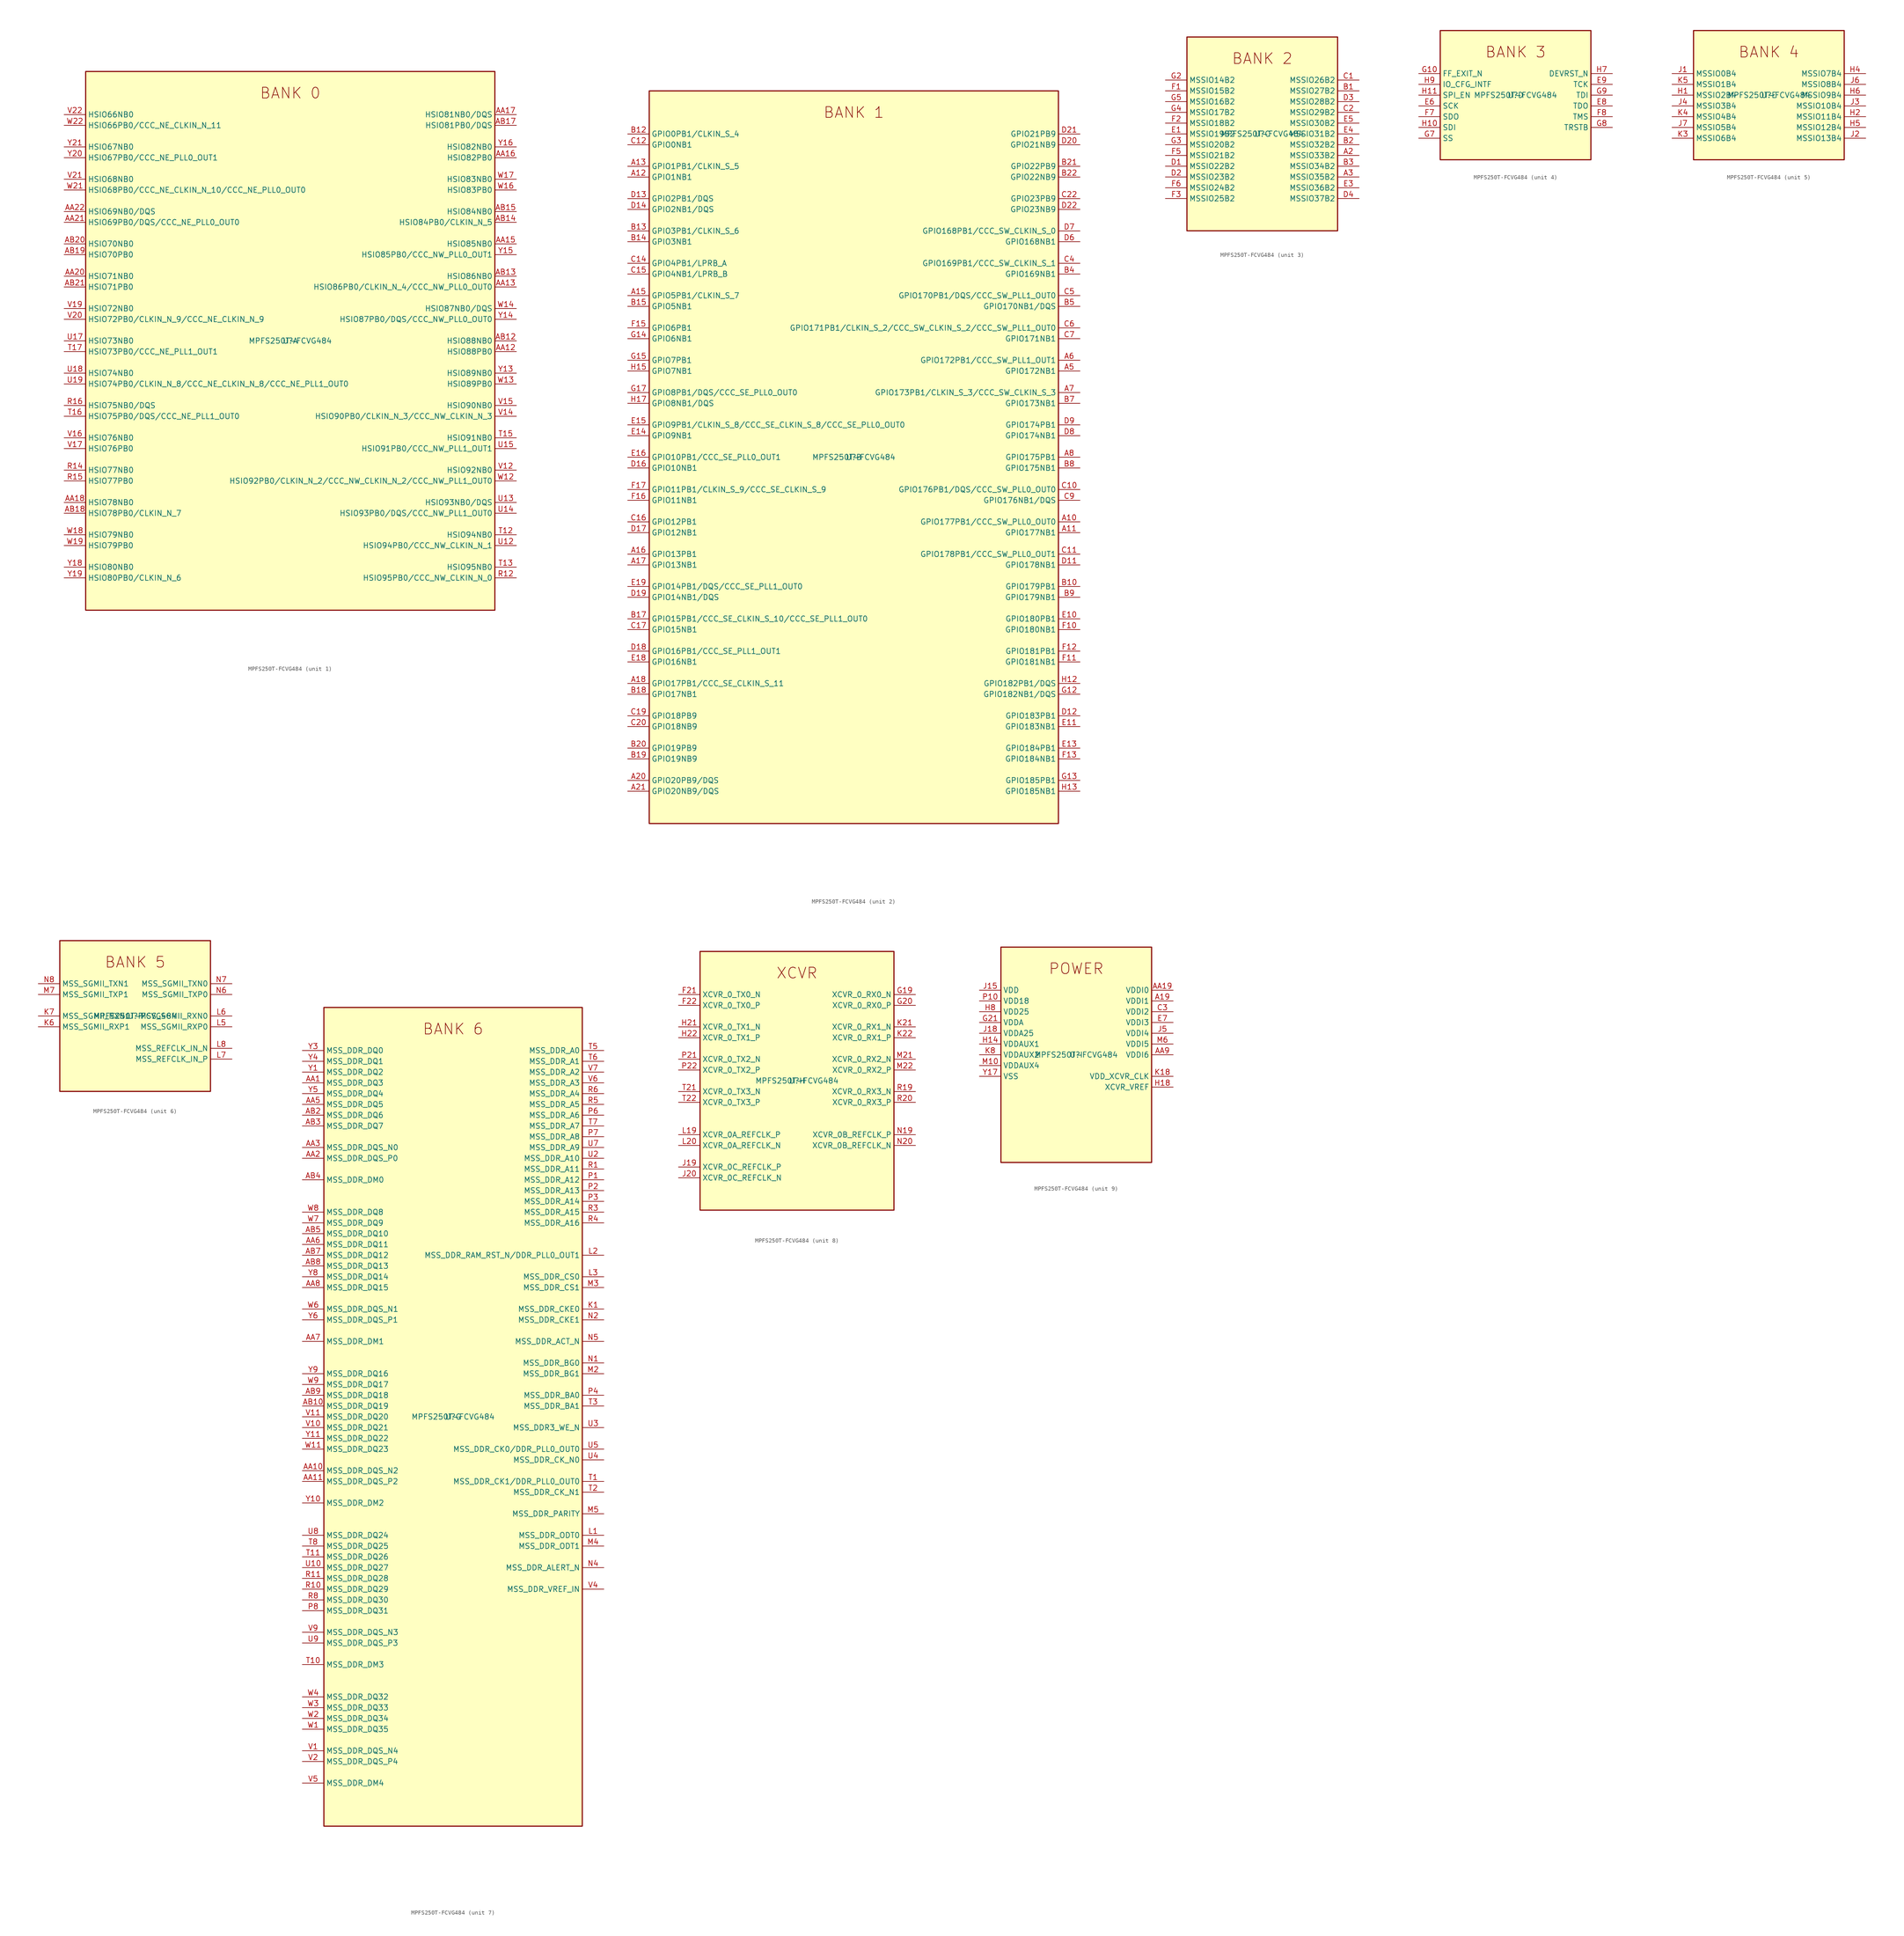
<source format=kicad_sym>
(kicad_symbol_lib
  (version 20211014)
  (generator kicad-library-utils)
  (symbol "MPFS250T-FCVG484"
    (property "Reference" "U"
      (at 0.0 0.0 0.0)
      (effects (font (size 1.27 1.27))))
    (property "Value" "MPFS250T-FCVG484"
      (at 0.0 0.0 0.0)
      (effects (font (size 1.27 1.27))))
    (property "ki_fp_filters" "Package?BGA:FCVG484?19x19mm?Layout22x22?P0.8mm*"
      (at 0.0 0.0 0.0)
      (effects (font (size 1.27 1.27))))
    (symbol "MPFS250T-FCVG484_1_1"
      (text "BANK 0" (at 0.0 58.42 0) (effects (font (size 2.54 2.54))))
      (rectangle (start -48.26 -63.5) (end 48.26 63.5) (stroke (width 0.254)) (fill (type background)))
      (pin bidirectional line (at -53.34 53.34 0) (length 5.08) (name "HSIO66NB0" (effects (font (size 1.27 1.27)))) (number "V22" (effects (font (size 1.27 1.27)))))
      (pin bidirectional line (at -53.34 50.8 0) (length 5.08) (name "HSIO66PB0/CCC_NE_CLKIN_N_11" (effects (font (size 1.27 1.27)))) (number "W22" (effects (font (size 1.27 1.27)))))
      (pin bidirectional line (at -53.34 45.72 0) (length 5.08) (name "HSIO67NB0" (effects (font (size 1.27 1.27)))) (number "Y21" (effects (font (size 1.27 1.27)))))
      (pin bidirectional line (at -53.34 43.18 0) (length 5.08) (name "HSIO67PB0/CCC_NE_PLL0_OUT1" (effects (font (size 1.27 1.27)))) (number "Y20" (effects (font (size 1.27 1.27)))))
      (pin bidirectional line (at -53.34 38.1 0) (length 5.08) (name "HSIO68NB0" (effects (font (size 1.27 1.27)))) (number "V21" (effects (font (size 1.27 1.27)))))
      (pin bidirectional line (at -53.34 35.56 0) (length 5.08) (name "HSIO68PB0/CCC_NE_CLKIN_N_10/CCC_NE_PLL0_OUT0" (effects (font (size 1.27 1.27)))) (number "W21" (effects (font (size 1.27 1.27)))))
      (pin bidirectional line (at -53.34 30.48 0) (length 5.08) (name "HSIO69NB0/DQS" (effects (font (size 1.27 1.27)))) (number "AA22" (effects (font (size 1.27 1.27)))))
      (pin bidirectional line (at -53.34 27.94 0) (length 5.08) (name "HSIO69PB0/DQS/CCC_NE_PLL0_OUT0" (effects (font (size 1.27 1.27)))) (number "AA21" (effects (font (size 1.27 1.27)))))
      (pin bidirectional line (at -53.34 22.86 0) (length 5.08) (name "HSIO70NB0" (effects (font (size 1.27 1.27)))) (number "AB20" (effects (font (size 1.27 1.27)))))
      (pin bidirectional line (at -53.34 20.32 0) (length 5.08) (name "HSIO70PB0" (effects (font (size 1.27 1.27)))) (number "AB19" (effects (font (size 1.27 1.27)))))
      (pin bidirectional line (at -53.34 15.24 0) (length 5.08) (name "HSIO71NB0" (effects (font (size 1.27 1.27)))) (number "AA20" (effects (font (size 1.27 1.27)))))
      (pin bidirectional line (at -53.34 12.7 0) (length 5.08) (name "HSIO71PB0" (effects (font (size 1.27 1.27)))) (number "AB21" (effects (font (size 1.27 1.27)))))
      (pin bidirectional line (at -53.34 7.62 0) (length 5.08) (name "HSIO72NB0" (effects (font (size 1.27 1.27)))) (number "V19" (effects (font (size 1.27 1.27)))))
      (pin bidirectional line (at -53.34 5.08 0) (length 5.08) (name "HSIO72PB0/CLKIN_N_9/CCC_NE_CLKIN_N_9" (effects (font (size 1.27 1.27)))) (number "V20" (effects (font (size 1.27 1.27)))))
      (pin bidirectional line (at -53.34 0.0 0) (length 5.08) (name "HSIO73NB0" (effects (font (size 1.27 1.27)))) (number "U17" (effects (font (size 1.27 1.27)))))
      (pin bidirectional line (at -53.34 -2.54 0) (length 5.08) (name "HSIO73PB0/CCC_NE_PLL1_OUT1" (effects (font (size 1.27 1.27)))) (number "T17" (effects (font (size 1.27 1.27)))))
      (pin bidirectional line (at -53.34 -7.62 0) (length 5.08) (name "HSIO74NB0" (effects (font (size 1.27 1.27)))) (number "U18" (effects (font (size 1.27 1.27)))))
      (pin bidirectional line (at -53.34 -10.16 0) (length 5.08) (name "HSIO74PB0/CLKIN_N_8/CCC_NE_CLKIN_N_8/CCC_NE_PLL1_OUT0" (effects (font (size 1.27 1.27)))) (number "U19" (effects (font (size 1.27 1.27)))))
      (pin bidirectional line (at -53.34 -15.24 0) (length 5.08) (name "HSIO75NB0/DQS" (effects (font (size 1.27 1.27)))) (number "R16" (effects (font (size 1.27 1.27)))))
      (pin bidirectional line (at -53.34 -17.78 0) (length 5.08) (name "HSIO75PB0/DQS/CCC_NE_PLL1_OUT0" (effects (font (size 1.27 1.27)))) (number "T16" (effects (font (size 1.27 1.27)))))
      (pin bidirectional line (at -53.34 -22.86 0) (length 5.08) (name "HSIO76NB0" (effects (font (size 1.27 1.27)))) (number "V16" (effects (font (size 1.27 1.27)))))
      (pin bidirectional line (at -53.34 -25.4 0) (length 5.08) (name "HSIO76PB0" (effects (font (size 1.27 1.27)))) (number "V17" (effects (font (size 1.27 1.27)))))
      (pin bidirectional line (at -53.34 -30.48 0) (length 5.08) (name "HSIO77NB0" (effects (font (size 1.27 1.27)))) (number "R14" (effects (font (size 1.27 1.27)))))
      (pin bidirectional line (at -53.34 -33.02 0) (length 5.08) (name "HSIO77PB0" (effects (font (size 1.27 1.27)))) (number "R15" (effects (font (size 1.27 1.27)))))
      (pin bidirectional line (at -53.34 -38.1 0) (length 5.08) (name "HSIO78NB0" (effects (font (size 1.27 1.27)))) (number "AA18" (effects (font (size 1.27 1.27)))))
      (pin bidirectional line (at -53.34 -40.64 0) (length 5.08) (name "HSIO78PB0/CLKIN_N_7" (effects (font (size 1.27 1.27)))) (number "AB18" (effects (font (size 1.27 1.27)))))
      (pin bidirectional line (at -53.34 -45.72 0) (length 5.08) (name "HSIO79NB0" (effects (font (size 1.27 1.27)))) (number "W18" (effects (font (size 1.27 1.27)))))
      (pin bidirectional line (at -53.34 -48.26 0) (length 5.08) (name "HSIO79PB0" (effects (font (size 1.27 1.27)))) (number "W19" (effects (font (size 1.27 1.27)))))
      (pin bidirectional line (at -53.34 -53.34 0) (length 5.08) (name "HSIO80NB0" (effects (font (size 1.27 1.27)))) (number "Y18" (effects (font (size 1.27 1.27)))))
      (pin bidirectional line (at -53.34 -55.88 0) (length 5.08) (name "HSIO80PB0/CLKIN_N_6" (effects (font (size 1.27 1.27)))) (number "Y19" (effects (font (size 1.27 1.27)))))
      (pin bidirectional line (at 53.34 53.34 180) (length 5.08) (name "HSIO81NB0/DQS" (effects (font (size 1.27 1.27)))) (number "AA17" (effects (font (size 1.27 1.27)))))
      (pin bidirectional line (at 53.34 50.8 180) (length 5.08) (name "HSIO81PB0/DQS" (effects (font (size 1.27 1.27)))) (number "AB17" (effects (font (size 1.27 1.27)))))
      (pin bidirectional line (at 53.34 45.72 180) (length 5.08) (name "HSIO82NB0" (effects (font (size 1.27 1.27)))) (number "Y16" (effects (font (size 1.27 1.27)))))
      (pin bidirectional line (at 53.34 43.18 180) (length 5.08) (name "HSIO82PB0" (effects (font (size 1.27 1.27)))) (number "AA16" (effects (font (size 1.27 1.27)))))
      (pin bidirectional line (at 53.34 38.1 180) (length 5.08) (name "HSIO83NB0" (effects (font (size 1.27 1.27)))) (number "W17" (effects (font (size 1.27 1.27)))))
      (pin bidirectional line (at 53.34 35.56 180) (length 5.08) (name "HSIO83PB0" (effects (font (size 1.27 1.27)))) (number "W16" (effects (font (size 1.27 1.27)))))
      (pin bidirectional line (at 53.34 30.48 180) (length 5.08) (name "HSIO84NB0" (effects (font (size 1.27 1.27)))) (number "AB15" (effects (font (size 1.27 1.27)))))
      (pin bidirectional line (at 53.34 27.94 180) (length 5.08) (name "HSIO84PB0/CLKIN_N_5" (effects (font (size 1.27 1.27)))) (number "AB14" (effects (font (size 1.27 1.27)))))
      (pin bidirectional line (at 53.34 22.86 180) (length 5.08) (name "HSIO85NB0" (effects (font (size 1.27 1.27)))) (number "AA15" (effects (font (size 1.27 1.27)))))
      (pin bidirectional line (at 53.34 20.32 180) (length 5.08) (name "HSIO85PB0/CCC_NW_PLL0_OUT1" (effects (font (size 1.27 1.27)))) (number "Y15" (effects (font (size 1.27 1.27)))))
      (pin bidirectional line (at 53.34 15.24 180) (length 5.08) (name "HSIO86NB0" (effects (font (size 1.27 1.27)))) (number "AB13" (effects (font (size 1.27 1.27)))))
      (pin bidirectional line (at 53.34 12.7 180) (length 5.08) (name "HSIO86PB0/CLKIN_N_4/CCC_NW_PLL0_OUT0" (effects (font (size 1.27 1.27)))) (number "AA13" (effects (font (size 1.27 1.27)))))
      (pin bidirectional line (at 53.34 7.62 180) (length 5.08) (name "HSIO87NB0/DQS" (effects (font (size 1.27 1.27)))) (number "W14" (effects (font (size 1.27 1.27)))))
      (pin bidirectional line (at 53.34 5.08 180) (length 5.08) (name "HSIO87PB0/DQS/CCC_NW_PLL0_OUT0" (effects (font (size 1.27 1.27)))) (number "Y14" (effects (font (size 1.27 1.27)))))
      (pin bidirectional line (at 53.34 0.0 180) (length 5.08) (name "HSIO88NB0" (effects (font (size 1.27 1.27)))) (number "AB12" (effects (font (size 1.27 1.27)))))
      (pin bidirectional line (at 53.34 -2.54 180) (length 5.08) (name "HSIO88PB0" (effects (font (size 1.27 1.27)))) (number "AA12" (effects (font (size 1.27 1.27)))))
      (pin bidirectional line (at 53.34 -7.62 180) (length 5.08) (name "HSIO89NB0" (effects (font (size 1.27 1.27)))) (number "Y13" (effects (font (size 1.27 1.27)))))
      (pin bidirectional line (at 53.34 -10.16 180) (length 5.08) (name "HSIO89PB0" (effects (font (size 1.27 1.27)))) (number "W13" (effects (font (size 1.27 1.27)))))
      (pin bidirectional line (at 53.34 -15.24 180) (length 5.08) (name "HSIO90NB0" (effects (font (size 1.27 1.27)))) (number "V15" (effects (font (size 1.27 1.27)))))
      (pin bidirectional line (at 53.34 -17.78 180) (length 5.08) (name "HSIO90PB0/CLKIN_N_3/CCC_NW_CLKIN_N_3" (effects (font (size 1.27 1.27)))) (number "V14" (effects (font (size 1.27 1.27)))))
      (pin bidirectional line (at 53.34 -22.86 180) (length 5.08) (name "HSIO91NB0" (effects (font (size 1.27 1.27)))) (number "T15" (effects (font (size 1.27 1.27)))))
      (pin bidirectional line (at 53.34 -25.4 180) (length 5.08) (name "HSIO91PB0/CCC_NW_PLL1_OUT1" (effects (font (size 1.27 1.27)))) (number "U15" (effects (font (size 1.27 1.27)))))
      (pin bidirectional line (at 53.34 -30.48 180) (length 5.08) (name "HSIO92NB0" (effects (font (size 1.27 1.27)))) (number "V12" (effects (font (size 1.27 1.27)))))
      (pin bidirectional line (at 53.34 -33.02 180) (length 5.08) (name "HSIO92PB0/CLKIN_N_2/CCC_NW_CLKIN_N_2/CCC_NW_PLL1_OUT0" (effects (font (size 1.27 1.27)))) (number "W12" (effects (font (size 1.27 1.27)))))
      (pin bidirectional line (at 53.34 -38.1 180) (length 5.08) (name "HSIO93NB0/DQS" (effects (font (size 1.27 1.27)))) (number "U13" (effects (font (size 1.27 1.27)))))
      (pin bidirectional line (at 53.34 -40.64 180) (length 5.08) (name "HSIO93PB0/DQS/CCC_NW_PLL1_OUT0" (effects (font (size 1.27 1.27)))) (number "U14" (effects (font (size 1.27 1.27)))))
      (pin bidirectional line (at 53.34 -45.72 180) (length 5.08) (name "HSIO94NB0" (effects (font (size 1.27 1.27)))) (number "T12" (effects (font (size 1.27 1.27)))))
      (pin bidirectional line (at 53.34 -48.26 180) (length 5.08) (name "HSIO94PB0/CCC_NW_CLKIN_N_1" (effects (font (size 1.27 1.27)))) (number "U12" (effects (font (size 1.27 1.27)))))
      (pin bidirectional line (at 53.34 -53.34 180) (length 5.08) (name "HSIO95NB0" (effects (font (size 1.27 1.27)))) (number "T13" (effects (font (size 1.27 1.27)))))
      (pin bidirectional line (at 53.34 -55.88 180) (length 5.08) (name "HSIO95PB0/CCC_NW_CLKIN_N_0" (effects (font (size 1.27 1.27)))) (number "R12" (effects (font (size 1.27 1.27))))))
    (symbol "MPFS250T-FCVG484_2_1"
      (text "BANK 1" (at 0.0 81.28 0) (effects (font (size 2.54 2.54))))
      (rectangle (start -48.26 -86.36) (end 48.26 86.36) (stroke (width 0.254)) (fill (type background)))
      (pin bidirectional line (at -53.34 76.2 0) (length 5.08) (name "GPIO0PB1/CLKIN_S_4" (effects (font (size 1.27 1.27)))) (number "B12" (effects (font (size 1.27 1.27)))))
      (pin bidirectional line (at -53.34 73.66 0) (length 5.08) (name "GPIO0NB1" (effects (font (size 1.27 1.27)))) (number "C12" (effects (font (size 1.27 1.27)))))
      (pin bidirectional line (at -53.34 68.58 0) (length 5.08) (name "GPIO1PB1/CLKIN_S_5" (effects (font (size 1.27 1.27)))) (number "A13" (effects (font (size 1.27 1.27)))))
      (pin bidirectional line (at -53.34 66.04 0) (length 5.08) (name "GPIO1NB1" (effects (font (size 1.27 1.27)))) (number "A12" (effects (font (size 1.27 1.27)))))
      (pin bidirectional line (at -53.34 60.96 0) (length 5.08) (name "GPIO2PB1/DQS" (effects (font (size 1.27 1.27)))) (number "D13" (effects (font (size 1.27 1.27)))))
      (pin bidirectional line (at -53.34 58.42 0) (length 5.08) (name "GPIO2NB1/DQS" (effects (font (size 1.27 1.27)))) (number "D14" (effects (font (size 1.27 1.27)))))
      (pin bidirectional line (at -53.34 53.34 0) (length 5.08) (name "GPIO3PB1/CLKIN_S_6" (effects (font (size 1.27 1.27)))) (number "B13" (effects (font (size 1.27 1.27)))))
      (pin bidirectional line (at -53.34 50.8 0) (length 5.08) (name "GPIO3NB1" (effects (font (size 1.27 1.27)))) (number "B14" (effects (font (size 1.27 1.27)))))
      (pin bidirectional line (at -53.34 45.72 0) (length 5.08) (name "GPIO4PB1/LPRB_A" (effects (font (size 1.27 1.27)))) (number "C14" (effects (font (size 1.27 1.27)))))
      (pin bidirectional line (at -53.34 43.18 0) (length 5.08) (name "GPIO4NB1/LPRB_B" (effects (font (size 1.27 1.27)))) (number "C15" (effects (font (size 1.27 1.27)))))
      (pin bidirectional line (at -53.34 38.1 0) (length 5.08) (name "GPIO5PB1/CLKIN_S_7" (effects (font (size 1.27 1.27)))) (number "A15" (effects (font (size 1.27 1.27)))))
      (pin bidirectional line (at -53.34 35.56 0) (length 5.08) (name "GPIO5NB1" (effects (font (size 1.27 1.27)))) (number "B15" (effects (font (size 1.27 1.27)))))
      (pin bidirectional line (at -53.34 30.48 0) (length 5.08) (name "GPIO6PB1" (effects (font (size 1.27 1.27)))) (number "F15" (effects (font (size 1.27 1.27)))))
      (pin bidirectional line (at -53.34 27.94 0) (length 5.08) (name "GPIO6NB1" (effects (font (size 1.27 1.27)))) (number "G14" (effects (font (size 1.27 1.27)))))
      (pin bidirectional line (at -53.34 22.86 0) (length 5.08) (name "GPIO7PB1" (effects (font (size 1.27 1.27)))) (number "G15" (effects (font (size 1.27 1.27)))))
      (pin bidirectional line (at -53.34 20.32 0) (length 5.08) (name "GPIO7NB1" (effects (font (size 1.27 1.27)))) (number "H15" (effects (font (size 1.27 1.27)))))
      (pin bidirectional line (at -53.34 15.24 0) (length 5.08) (name "GPIO8PB1/DQS/CCC_SE_PLL0_OUT0" (effects (font (size 1.27 1.27)))) (number "G17" (effects (font (size 1.27 1.27)))))
      (pin bidirectional line (at -53.34 12.7 0) (length 5.08) (name "GPIO8NB1/DQS" (effects (font (size 1.27 1.27)))) (number "H17" (effects (font (size 1.27 1.27)))))
      (pin bidirectional line (at -53.34 7.62 0) (length 5.08) (name "GPIO9PB1/CLKIN_S_8/CCC_SE_CLKIN_S_8/CCC_SE_PLL0_OUT0" (effects (font (size 1.27 1.27)))) (number "E15" (effects (font (size 1.27 1.27)))))
      (pin bidirectional line (at -53.34 5.08 0) (length 5.08) (name "GPIO9NB1" (effects (font (size 1.27 1.27)))) (number "E14" (effects (font (size 1.27 1.27)))))
      (pin bidirectional line (at -53.34 0.0 0) (length 5.08) (name "GPIO10PB1/CCC_SE_PLL0_OUT1" (effects (font (size 1.27 1.27)))) (number "E16" (effects (font (size 1.27 1.27)))))
      (pin bidirectional line (at -53.34 -2.54 0) (length 5.08) (name "GPIO10NB1" (effects (font (size 1.27 1.27)))) (number "D16" (effects (font (size 1.27 1.27)))))
      (pin bidirectional line (at -53.34 -7.62 0) (length 5.08) (name "GPIO11PB1/CLKIN_S_9/CCC_SE_CLKIN_S_9" (effects (font (size 1.27 1.27)))) (number "F17" (effects (font (size 1.27 1.27)))))
      (pin bidirectional line (at -53.34 -10.16 0) (length 5.08) (name "GPIO11NB1" (effects (font (size 1.27 1.27)))) (number "F16" (effects (font (size 1.27 1.27)))))
      (pin bidirectional line (at -53.34 -15.24 0) (length 5.08) (name "GPIO12PB1" (effects (font (size 1.27 1.27)))) (number "C16" (effects (font (size 1.27 1.27)))))
      (pin bidirectional line (at -53.34 -17.78 0) (length 5.08) (name "GPIO12NB1" (effects (font (size 1.27 1.27)))) (number "D17" (effects (font (size 1.27 1.27)))))
      (pin bidirectional line (at -53.34 -22.86 0) (length 5.08) (name "GPIO13PB1" (effects (font (size 1.27 1.27)))) (number "A16" (effects (font (size 1.27 1.27)))))
      (pin bidirectional line (at -53.34 -25.4 0) (length 5.08) (name "GPIO13NB1" (effects (font (size 1.27 1.27)))) (number "A17" (effects (font (size 1.27 1.27)))))
      (pin bidirectional line (at -53.34 -30.48 0) (length 5.08) (name "GPIO14PB1/DQS/CCC_SE_PLL1_OUT0" (effects (font (size 1.27 1.27)))) (number "E19" (effects (font (size 1.27 1.27)))))
      (pin bidirectional line (at -53.34 -33.02 0) (length 5.08) (name "GPIO14NB1/DQS" (effects (font (size 1.27 1.27)))) (number "D19" (effects (font (size 1.27 1.27)))))
      (pin bidirectional line (at -53.34 -38.1 0) (length 5.08) (name "GPIO15PB1/CCC_SE_CLKIN_S_10/CCC_SE_PLL1_OUT0" (effects (font (size 1.27 1.27)))) (number "B17" (effects (font (size 1.27 1.27)))))
      (pin bidirectional line (at -53.34 -40.64 0) (length 5.08) (name "GPIO15NB1" (effects (font (size 1.27 1.27)))) (number "C17" (effects (font (size 1.27 1.27)))))
      (pin bidirectional line (at -53.34 -45.72 0) (length 5.08) (name "GPIO16PB1/CCC_SE_PLL1_OUT1" (effects (font (size 1.27 1.27)))) (number "D18" (effects (font (size 1.27 1.27)))))
      (pin bidirectional line (at -53.34 -48.26 0) (length 5.08) (name "GPIO16NB1" (effects (font (size 1.27 1.27)))) (number "E18" (effects (font (size 1.27 1.27)))))
      (pin bidirectional line (at -53.34 -53.34 0) (length 5.08) (name "GPIO17PB1/CCC_SE_CLKIN_S_11" (effects (font (size 1.27 1.27)))) (number "A18" (effects (font (size 1.27 1.27)))))
      (pin bidirectional line (at -53.34 -55.88 0) (length 5.08) (name "GPIO17NB1" (effects (font (size 1.27 1.27)))) (number "B18" (effects (font (size 1.27 1.27)))))
      (pin bidirectional line (at -53.34 -60.96 0) (length 5.08) (name "GPIO18PB9" (effects (font (size 1.27 1.27)))) (number "C19" (effects (font (size 1.27 1.27)))))
      (pin bidirectional line (at -53.34 -63.5 0) (length 5.08) (name "GPIO18NB9" (effects (font (size 1.27 1.27)))) (number "C20" (effects (font (size 1.27 1.27)))))
      (pin bidirectional line (at -53.34 -68.58 0) (length 5.08) (name "GPIO19PB9" (effects (font (size 1.27 1.27)))) (number "B20" (effects (font (size 1.27 1.27)))))
      (pin bidirectional line (at -53.34 -71.12 0) (length 5.08) (name "GPIO19NB9" (effects (font (size 1.27 1.27)))) (number "B19" (effects (font (size 1.27 1.27)))))
      (pin bidirectional line (at -53.34 -76.2 0) (length 5.08) (name "GPIO20PB9/DQS" (effects (font (size 1.27 1.27)))) (number "A20" (effects (font (size 1.27 1.27)))))
      (pin bidirectional line (at -53.34 -78.74 0) (length 5.08) (name "GPIO20NB9/DQS" (effects (font (size 1.27 1.27)))) (number "A21" (effects (font (size 1.27 1.27)))))
      (pin bidirectional line (at 53.34 76.2 180) (length 5.08) (name "GPIO21PB9" (effects (font (size 1.27 1.27)))) (number "D21" (effects (font (size 1.27 1.27)))))
      (pin bidirectional line (at 53.34 73.66 180) (length 5.08) (name "GPIO21NB9" (effects (font (size 1.27 1.27)))) (number "D20" (effects (font (size 1.27 1.27)))))
      (pin bidirectional line (at 53.34 68.58 180) (length 5.08) (name "GPIO22PB9" (effects (font (size 1.27 1.27)))) (number "B21" (effects (font (size 1.27 1.27)))))
      (pin bidirectional line (at 53.34 66.04 180) (length 5.08) (name "GPIO22NB9" (effects (font (size 1.27 1.27)))) (number "B22" (effects (font (size 1.27 1.27)))))
      (pin bidirectional line (at 53.34 60.96 180) (length 5.08) (name "GPIO23PB9" (effects (font (size 1.27 1.27)))) (number "C22" (effects (font (size 1.27 1.27)))))
      (pin bidirectional line (at 53.34 58.42 180) (length 5.08) (name "GPIO23NB9" (effects (font (size 1.27 1.27)))) (number "D22" (effects (font (size 1.27 1.27)))))
      (pin bidirectional line (at 53.34 53.34 180) (length 5.08) (name "GPIO168PB1/CCC_SW_CLKIN_S_0" (effects (font (size 1.27 1.27)))) (number "D7" (effects (font (size 1.27 1.27)))))
      (pin bidirectional line (at 53.34 50.8 180) (length 5.08) (name "GPIO168NB1" (effects (font (size 1.27 1.27)))) (number "D6" (effects (font (size 1.27 1.27)))))
      (pin bidirectional line (at 53.34 45.72 180) (length 5.08) (name "GPIO169PB1/CCC_SW_CLKIN_S_1" (effects (font (size 1.27 1.27)))) (number "C4" (effects (font (size 1.27 1.27)))))
      (pin bidirectional line (at 53.34 43.18 180) (length 5.08) (name "GPIO169NB1" (effects (font (size 1.27 1.27)))) (number "B4" (effects (font (size 1.27 1.27)))))
      (pin bidirectional line (at 53.34 38.1 180) (length 5.08) (name "GPIO170PB1/DQS/CCC_SW_PLL1_OUT0" (effects (font (size 1.27 1.27)))) (number "C5" (effects (font (size 1.27 1.27)))))
      (pin bidirectional line (at 53.34 35.56 180) (length 5.08) (name "GPIO170NB1/DQS" (effects (font (size 1.27 1.27)))) (number "B5" (effects (font (size 1.27 1.27)))))
      (pin bidirectional line (at 53.34 30.48 180) (length 5.08) (name "GPIO171PB1/CLKIN_S_2/CCC_SW_CLKIN_S_2/CCC_SW_PLL1_OUT0" (effects (font (size 1.27 1.27)))) (number "C6" (effects (font (size 1.27 1.27)))))
      (pin bidirectional line (at 53.34 27.94 180) (length 5.08) (name "GPIO171NB1" (effects (font (size 1.27 1.27)))) (number "C7" (effects (font (size 1.27 1.27)))))
      (pin bidirectional line (at 53.34 22.86 180) (length 5.08) (name "GPIO172PB1/CCC_SW_PLL1_OUT1" (effects (font (size 1.27 1.27)))) (number "A6" (effects (font (size 1.27 1.27)))))
      (pin bidirectional line (at 53.34 20.32 180) (length 5.08) (name "GPIO172NB1" (effects (font (size 1.27 1.27)))) (number "A5" (effects (font (size 1.27 1.27)))))
      (pin bidirectional line (at 53.34 15.24 180) (length 5.08) (name "GPIO173PB1/CLKIN_S_3/CCC_SW_CLKIN_S_3" (effects (font (size 1.27 1.27)))) (number "A7" (effects (font (size 1.27 1.27)))))
      (pin bidirectional line (at 53.34 12.7 180) (length 5.08) (name "GPIO173NB1" (effects (font (size 1.27 1.27)))) (number "B7" (effects (font (size 1.27 1.27)))))
      (pin bidirectional line (at 53.34 7.62 180) (length 5.08) (name "GPIO174PB1" (effects (font (size 1.27 1.27)))) (number "D9" (effects (font (size 1.27 1.27)))))
      (pin bidirectional line (at 53.34 5.08 180) (length 5.08) (name "GPIO174NB1" (effects (font (size 1.27 1.27)))) (number "D8" (effects (font (size 1.27 1.27)))))
      (pin bidirectional line (at 53.34 0.0 180) (length 5.08) (name "GPIO175PB1" (effects (font (size 1.27 1.27)))) (number "A8" (effects (font (size 1.27 1.27)))))
      (pin bidirectional line (at 53.34 -2.54 180) (length 5.08) (name "GPIO175NB1" (effects (font (size 1.27 1.27)))) (number "B8" (effects (font (size 1.27 1.27)))))
      (pin bidirectional line (at 53.34 -7.62 180) (length 5.08) (name "GPIO176PB1/DQS/CCC_SW_PLL0_OUT0" (effects (font (size 1.27 1.27)))) (number "C10" (effects (font (size 1.27 1.27)))))
      (pin bidirectional line (at 53.34 -10.16 180) (length 5.08) (name "GPIO176NB1/DQS" (effects (font (size 1.27 1.27)))) (number "C9" (effects (font (size 1.27 1.27)))))
      (pin bidirectional line (at 53.34 -15.24 180) (length 5.08) (name "GPIO177PB1/CCC_SW_PLL0_OUT0" (effects (font (size 1.27 1.27)))) (number "A10" (effects (font (size 1.27 1.27)))))
      (pin bidirectional line (at 53.34 -17.78 180) (length 5.08) (name "GPIO177NB1" (effects (font (size 1.27 1.27)))) (number "A11" (effects (font (size 1.27 1.27)))))
      (pin bidirectional line (at 53.34 -22.86 180) (length 5.08) (name "GPIO178PB1/CCC_SW_PLL0_OUT1" (effects (font (size 1.27 1.27)))) (number "C11" (effects (font (size 1.27 1.27)))))
      (pin bidirectional line (at 53.34 -25.4 180) (length 5.08) (name "GPIO178NB1" (effects (font (size 1.27 1.27)))) (number "D11" (effects (font (size 1.27 1.27)))))
      (pin bidirectional line (at 53.34 -30.48 180) (length 5.08) (name "GPIO179PB1" (effects (font (size 1.27 1.27)))) (number "B10" (effects (font (size 1.27 1.27)))))
      (pin bidirectional line (at 53.34 -33.02 180) (length 5.08) (name "GPIO179NB1" (effects (font (size 1.27 1.27)))) (number "B9" (effects (font (size 1.27 1.27)))))
      (pin bidirectional line (at 53.34 -38.1 180) (length 5.08) (name "GPIO180PB1" (effects (font (size 1.27 1.27)))) (number "E10" (effects (font (size 1.27 1.27)))))
      (pin bidirectional line (at 53.34 -40.64 180) (length 5.08) (name "GPIO180NB1" (effects (font (size 1.27 1.27)))) (number "F10" (effects (font (size 1.27 1.27)))))
      (pin bidirectional line (at 53.34 -45.72 180) (length 5.08) (name "GPIO181PB1" (effects (font (size 1.27 1.27)))) (number "F12" (effects (font (size 1.27 1.27)))))
      (pin bidirectional line (at 53.34 -48.26 180) (length 5.08) (name "GPIO181NB1" (effects (font (size 1.27 1.27)))) (number "F11" (effects (font (size 1.27 1.27)))))
      (pin bidirectional line (at 53.34 -53.34 180) (length 5.08) (name "GPIO182PB1/DQS" (effects (font (size 1.27 1.27)))) (number "H12" (effects (font (size 1.27 1.27)))))
      (pin bidirectional line (at 53.34 -55.88 180) (length 5.08) (name "GPIO182NB1/DQS" (effects (font (size 1.27 1.27)))) (number "G12" (effects (font (size 1.27 1.27)))))
      (pin bidirectional line (at 53.34 -60.96 180) (length 5.08) (name "GPIO183PB1" (effects (font (size 1.27 1.27)))) (number "D12" (effects (font (size 1.27 1.27)))))
      (pin bidirectional line (at 53.34 -63.5 180) (length 5.08) (name "GPIO183NB1" (effects (font (size 1.27 1.27)))) (number "E11" (effects (font (size 1.27 1.27)))))
      (pin bidirectional line (at 53.34 -68.58 180) (length 5.08) (name "GPIO184PB1" (effects (font (size 1.27 1.27)))) (number "E13" (effects (font (size 1.27 1.27)))))
      (pin bidirectional line (at 53.34 -71.12 180) (length 5.08) (name "GPIO184NB1" (effects (font (size 1.27 1.27)))) (number "F13" (effects (font (size 1.27 1.27)))))
      (pin bidirectional line (at 53.34 -76.2 180) (length 5.08) (name "GPIO185PB1" (effects (font (size 1.27 1.27)))) (number "G13" (effects (font (size 1.27 1.27)))))
      (pin bidirectional line (at 53.34 -78.74 180) (length 5.08) (name "GPIO185NB1" (effects (font (size 1.27 1.27)))) (number "H13" (effects (font (size 1.27 1.27))))))
    (symbol "MPFS250T-FCVG484_3_1"
      (text "BANK 2" (at 0.0 17.78 0) (effects (font (size 2.54 2.54))))
      (rectangle (start -17.78 -22.86) (end 17.78 22.86) (stroke (width 0.254)) (fill (type background)))
      (pin bidirectional line (at -22.86 12.7 0) (length 5.08) (name "MSSIO14B2" (effects (font (size 1.27 1.27)))) (number "G2" (effects (font (size 1.27 1.27)))))
      (pin bidirectional line (at -22.86 10.16 0) (length 5.08) (name "MSSIO15B2" (effects (font (size 1.27 1.27)))) (number "F1" (effects (font (size 1.27 1.27)))))
      (pin bidirectional line (at -22.86 7.62 0) (length 5.08) (name "MSSIO16B2" (effects (font (size 1.27 1.27)))) (number "G5" (effects (font (size 1.27 1.27)))))
      (pin bidirectional line (at -22.86 5.08 0) (length 5.08) (name "MSSIO17B2" (effects (font (size 1.27 1.27)))) (number "G4" (effects (font (size 1.27 1.27)))))
      (pin bidirectional line (at -22.86 2.54 0) (length 5.08) (name "MSSIO18B2" (effects (font (size 1.27 1.27)))) (number "F2" (effects (font (size 1.27 1.27)))))
      (pin bidirectional line (at -22.86 0.0 0) (length 5.08) (name "MSSIO19B2" (effects (font (size 1.27 1.27)))) (number "E1" (effects (font (size 1.27 1.27)))))
      (pin bidirectional line (at -22.86 -2.54 0) (length 5.08) (name "MSSIO20B2" (effects (font (size 1.27 1.27)))) (number "G3" (effects (font (size 1.27 1.27)))))
      (pin bidirectional line (at -22.86 -5.08 0) (length 5.08) (name "MSSIO21B2" (effects (font (size 1.27 1.27)))) (number "F5" (effects (font (size 1.27 1.27)))))
      (pin bidirectional line (at -22.86 -7.62 0) (length 5.08) (name "MSSIO22B2" (effects (font (size 1.27 1.27)))) (number "D1" (effects (font (size 1.27 1.27)))))
      (pin bidirectional line (at -22.86 -10.16 0) (length 5.08) (name "MSSIO23B2" (effects (font (size 1.27 1.27)))) (number "D2" (effects (font (size 1.27 1.27)))))
      (pin bidirectional line (at -22.86 -12.7 0) (length 5.08) (name "MSSIO24B2" (effects (font (size 1.27 1.27)))) (number "F6" (effects (font (size 1.27 1.27)))))
      (pin bidirectional line (at -22.86 -15.24 0) (length 5.08) (name "MSSIO25B2" (effects (font (size 1.27 1.27)))) (number "F3" (effects (font (size 1.27 1.27)))))
      (pin bidirectional line (at 22.86 12.7 180) (length 5.08) (name "MSSIO26B2" (effects (font (size 1.27 1.27)))) (number "C1" (effects (font (size 1.27 1.27)))))
      (pin bidirectional line (at 22.86 10.16 180) (length 5.08) (name "MSSIO27B2" (effects (font (size 1.27 1.27)))) (number "B1" (effects (font (size 1.27 1.27)))))
      (pin bidirectional line (at 22.86 7.62 180) (length 5.08) (name "MSSIO28B2" (effects (font (size 1.27 1.27)))) (number "D3" (effects (font (size 1.27 1.27)))))
      (pin bidirectional line (at 22.86 5.08 180) (length 5.08) (name "MSSIO29B2" (effects (font (size 1.27 1.27)))) (number "C2" (effects (font (size 1.27 1.27)))))
      (pin bidirectional line (at 22.86 2.54 180) (length 5.08) (name "MSSIO30B2" (effects (font (size 1.27 1.27)))) (number "E5" (effects (font (size 1.27 1.27)))))
      (pin bidirectional line (at 22.86 0.0 180) (length 5.08) (name "MSSIO31B2" (effects (font (size 1.27 1.27)))) (number "E4" (effects (font (size 1.27 1.27)))))
      (pin bidirectional line (at 22.86 -2.54 180) (length 5.08) (name "MSSIO32B2" (effects (font (size 1.27 1.27)))) (number "B2" (effects (font (size 1.27 1.27)))))
      (pin bidirectional line (at 22.86 -5.08 180) (length 5.08) (name "MSSIO33B2" (effects (font (size 1.27 1.27)))) (number "A2" (effects (font (size 1.27 1.27)))))
      (pin bidirectional line (at 22.86 -7.62 180) (length 5.08) (name "MSSIO34B2" (effects (font (size 1.27 1.27)))) (number "B3" (effects (font (size 1.27 1.27)))))
      (pin bidirectional line (at 22.86 -10.16 180) (length 5.08) (name "MSSIO35B2" (effects (font (size 1.27 1.27)))) (number "A3" (effects (font (size 1.27 1.27)))))
      (pin bidirectional line (at 22.86 -12.7 180) (length 5.08) (name "MSSIO36B2" (effects (font (size 1.27 1.27)))) (number "E3" (effects (font (size 1.27 1.27)))))
      (pin bidirectional line (at 22.86 -15.24 180) (length 5.08) (name "MSSIO37B2" (effects (font (size 1.27 1.27)))) (number "D4" (effects (font (size 1.27 1.27))))))
    (symbol "MPFS250T-FCVG484_4_1"
      (text "BANK 3" (at 0.0 10.16 0) (effects (font (size 2.54 2.54))))
      (rectangle (start -17.78 -15.24) (end 17.78 15.24) (stroke (width 0.254)) (fill (type background)))
      (pin input line (at -22.86 5.08 0) (length 5.08) (name "FF_EXIT_N" (effects (font (size 1.27 1.27)))) (number "G10" (effects (font (size 1.27 1.27)))))
      (pin input line (at -22.86 2.54 0) (length 5.08) (name "IO_CFG_INTF" (effects (font (size 1.27 1.27)))) (number "H9" (effects (font (size 1.27 1.27)))))
      (pin input line (at -22.86 0.0 0) (length 5.08) (name "SPI_EN" (effects (font (size 1.27 1.27)))) (number "H11" (effects (font (size 1.27 1.27)))))
      (pin bidirectional line (at -22.86 -2.54 0) (length 5.08) (name "SCK" (effects (font (size 1.27 1.27)))) (number "E6" (effects (font (size 1.27 1.27)))))
      (pin output line (at -22.86 -5.08 0) (length 5.08) (name "SDO" (effects (font (size 1.27 1.27)))) (number "F7" (effects (font (size 1.27 1.27)))))
      (pin input line (at -22.86 -7.62 0) (length 5.08) (name "SDI" (effects (font (size 1.27 1.27)))) (number "H10" (effects (font (size 1.27 1.27)))))
      (pin bidirectional line (at -22.86 -10.16 0) (length 5.08) (name "SS" (effects (font (size 1.27 1.27)))) (number "G7" (effects (font (size 1.27 1.27)))))
      (pin input line (at 22.86 5.08 180) (length 5.08) (name "DEVRST_N" (effects (font (size 1.27 1.27)))) (number "H7" (effects (font (size 1.27 1.27)))))
      (pin input line (at 22.86 2.54 180) (length 5.08) (name "TCK" (effects (font (size 1.27 1.27)))) (number "E9" (effects (font (size 1.27 1.27)))))
      (pin input line (at 22.86 0.0 180) (length 5.08) (name "TDI" (effects (font (size 1.27 1.27)))) (number "G9" (effects (font (size 1.27 1.27)))))
      (pin output line (at 22.86 -2.54 180) (length 5.08) (name "TDO" (effects (font (size 1.27 1.27)))) (number "E8" (effects (font (size 1.27 1.27)))))
      (pin input line (at 22.86 -5.08 180) (length 5.08) (name "TMS" (effects (font (size 1.27 1.27)))) (number "F8" (effects (font (size 1.27 1.27)))))
      (pin input line (at 22.86 -7.62 180) (length 5.08) (name "TRSTB" (effects (font (size 1.27 1.27)))) (number "G8" (effects (font (size 1.27 1.27))))))
    (symbol "MPFS250T-FCVG484_5_1"
      (text "BANK 4" (at 0.0 10.16 0) (effects (font (size 2.54 2.54))))
      (rectangle (start -17.78 -15.24) (end 17.78 15.24) (stroke (width 0.254)) (fill (type background)))
      (pin bidirectional line (at -22.86 5.08 0) (length 5.08) (name "MSSIO0B4" (effects (font (size 1.27 1.27)))) (number "J1" (effects (font (size 1.27 1.27)))))
      (pin bidirectional line (at -22.86 2.54 0) (length 5.08) (name "MSSIO1B4" (effects (font (size 1.27 1.27)))) (number "K5" (effects (font (size 1.27 1.27)))))
      (pin bidirectional line (at -22.86 0.0 0) (length 5.08) (name "MSSIO2B4" (effects (font (size 1.27 1.27)))) (number "H1" (effects (font (size 1.27 1.27)))))
      (pin bidirectional line (at -22.86 -2.54 0) (length 5.08) (name "MSSIO3B4" (effects (font (size 1.27 1.27)))) (number "J4" (effects (font (size 1.27 1.27)))))
      (pin bidirectional line (at -22.86 -5.08 0) (length 5.08) (name "MSSIO4B4" (effects (font (size 1.27 1.27)))) (number "K4" (effects (font (size 1.27 1.27)))))
      (pin bidirectional line (at -22.86 -7.62 0) (length 5.08) (name "MSSIO5B4" (effects (font (size 1.27 1.27)))) (number "J7" (effects (font (size 1.27 1.27)))))
      (pin bidirectional line (at -22.86 -10.16 0) (length 5.08) (name "MSSIO6B4" (effects (font (size 1.27 1.27)))) (number "K3" (effects (font (size 1.27 1.27)))))
      (pin bidirectional line (at 22.86 5.08 180) (length 5.08) (name "MSSIO7B4" (effects (font (size 1.27 1.27)))) (number "H4" (effects (font (size 1.27 1.27)))))
      (pin bidirectional line (at 22.86 2.54 180) (length 5.08) (name "MSSIO8B4" (effects (font (size 1.27 1.27)))) (number "J6" (effects (font (size 1.27 1.27)))))
      (pin bidirectional line (at 22.86 0.0 180) (length 5.08) (name "MSSIO9B4" (effects (font (size 1.27 1.27)))) (number "H6" (effects (font (size 1.27 1.27)))))
      (pin bidirectional line (at 22.86 -2.54 180) (length 5.08) (name "MSSIO10B4" (effects (font (size 1.27 1.27)))) (number "J3" (effects (font (size 1.27 1.27)))))
      (pin bidirectional line (at 22.86 -5.08 180) (length 5.08) (name "MSSIO11B4" (effects (font (size 1.27 1.27)))) (number "H2" (effects (font (size 1.27 1.27)))))
      (pin bidirectional line (at 22.86 -7.62 180) (length 5.08) (name "MSSIO12B4" (effects (font (size 1.27 1.27)))) (number "H5" (effects (font (size 1.27 1.27)))))
      (pin bidirectional line (at 22.86 -10.16 180) (length 5.08) (name "MSSIO13B4" (effects (font (size 1.27 1.27)))) (number "J2" (effects (font (size 1.27 1.27))))))
    (symbol "MPFS250T-FCVG484_6_1"
      (text "BANK 5" (at 0.0 12.7 0) (effects (font (size 2.54 2.54))))
      (rectangle (start -17.78 -17.78) (end 17.78 17.78) (stroke (width 0.254)) (fill (type background)))
      (pin bidirectional line (at -22.86 7.62 0) (length 5.08) (name "MSS_SGMII_TXN1" (effects (font (size 1.27 1.27)))) (number "N8" (effects (font (size 1.27 1.27)))))
      (pin bidirectional line (at -22.86 5.08 0) (length 5.08) (name "MSS_SGMII_TXP1" (effects (font (size 1.27 1.27)))) (number "M7" (effects (font (size 1.27 1.27)))))
      (pin bidirectional line (at -22.86 0.0 0) (length 5.08) (name "MSS_SGMII_RXN1" (effects (font (size 1.27 1.27)))) (number "K7" (effects (font (size 1.27 1.27)))))
      (pin bidirectional line (at -22.86 -2.54 0) (length 5.08) (name "MSS_SGMII_RXP1" (effects (font (size 1.27 1.27)))) (number "K6" (effects (font (size 1.27 1.27)))))
      (pin bidirectional line (at 22.86 7.62 180) (length 5.08) (name "MSS_SGMII_TXN0" (effects (font (size 1.27 1.27)))) (number "N7" (effects (font (size 1.27 1.27)))))
      (pin bidirectional line (at 22.86 5.08 180) (length 5.08) (name "MSS_SGMII_TXP0" (effects (font (size 1.27 1.27)))) (number "N6" (effects (font (size 1.27 1.27)))))
      (pin bidirectional line (at 22.86 0.0 180) (length 5.08) (name "MSS_SGMII_RXN0" (effects (font (size 1.27 1.27)))) (number "L6" (effects (font (size 1.27 1.27)))))
      (pin bidirectional line (at 22.86 -2.54 180) (length 5.08) (name "MSS_SGMII_RXP0" (effects (font (size 1.27 1.27)))) (number "L5" (effects (font (size 1.27 1.27)))))
      (pin bidirectional line (at 22.86 -7.62 180) (length 5.08) (name "MSS_REFCLK_IN_N" (effects (font (size 1.27 1.27)))) (number "L8" (effects (font (size 1.27 1.27)))))
      (pin bidirectional line (at 22.86 -10.16 180) (length 5.08) (name "MSS_REFCLK_IN_P" (effects (font (size 1.27 1.27)))) (number "L7" (effects (font (size 1.27 1.27))))))
    (symbol "MPFS250T-FCVG484_7_1"
      (text "BANK 6" (at 0.0 91.44 0) (effects (font (size 2.54 2.54))))
      (rectangle (start -30.48 -96.52) (end 30.48 96.52) (stroke (width 0.254)) (fill (type background)))
      (pin bidirectional line (at -35.56 86.36 0) (length 5.08) (name "MSS_DDR_DQ0" (effects (font (size 1.27 1.27)))) (number "Y3" (effects (font (size 1.27 1.27)))))
      (pin bidirectional line (at -35.56 83.82 0) (length 5.08) (name "MSS_DDR_DQ1" (effects (font (size 1.27 1.27)))) (number "Y4" (effects (font (size 1.27 1.27)))))
      (pin bidirectional line (at -35.56 81.28 0) (length 5.08) (name "MSS_DDR_DQ2" (effects (font (size 1.27 1.27)))) (number "Y1" (effects (font (size 1.27 1.27)))))
      (pin bidirectional line (at -35.56 78.74 0) (length 5.08) (name "MSS_DDR_DQ3" (effects (font (size 1.27 1.27)))) (number "AA1" (effects (font (size 1.27 1.27)))))
      (pin bidirectional line (at -35.56 76.2 0) (length 5.08) (name "MSS_DDR_DQ4" (effects (font (size 1.27 1.27)))) (number "Y5" (effects (font (size 1.27 1.27)))))
      (pin bidirectional line (at -35.56 73.66 0) (length 5.08) (name "MSS_DDR_DQ5" (effects (font (size 1.27 1.27)))) (number "AA5" (effects (font (size 1.27 1.27)))))
      (pin bidirectional line (at -35.56 71.12 0) (length 5.08) (name "MSS_DDR_DQ6" (effects (font (size 1.27 1.27)))) (number "AB2" (effects (font (size 1.27 1.27)))))
      (pin bidirectional line (at -35.56 68.58 0) (length 5.08) (name "MSS_DDR_DQ7" (effects (font (size 1.27 1.27)))) (number "AB3" (effects (font (size 1.27 1.27)))))
      (pin bidirectional line (at -35.56 63.5 0) (length 5.08) (name "MSS_DDR_DQS_N0" (effects (font (size 1.27 1.27)))) (number "AA3" (effects (font (size 1.27 1.27)))))
      (pin bidirectional line (at -35.56 60.96 0) (length 5.08) (name "MSS_DDR_DQS_P0" (effects (font (size 1.27 1.27)))) (number "AA2" (effects (font (size 1.27 1.27)))))
      (pin bidirectional line (at -35.56 55.88 0) (length 5.08) (name "MSS_DDR_DM0" (effects (font (size 1.27 1.27)))) (number "AB4" (effects (font (size 1.27 1.27)))))
      (pin bidirectional line (at -35.56 48.26 0) (length 5.08) (name "MSS_DDR_DQ8" (effects (font (size 1.27 1.27)))) (number "W8" (effects (font (size 1.27 1.27)))))
      (pin bidirectional line (at -35.56 45.72 0) (length 5.08) (name "MSS_DDR_DQ9" (effects (font (size 1.27 1.27)))) (number "W7" (effects (font (size 1.27 1.27)))))
      (pin bidirectional line (at -35.56 43.18 0) (length 5.08) (name "MSS_DDR_DQ10" (effects (font (size 1.27 1.27)))) (number "AB5" (effects (font (size 1.27 1.27)))))
      (pin bidirectional line (at -35.56 40.64 0) (length 5.08) (name "MSS_DDR_DQ11" (effects (font (size 1.27 1.27)))) (number "AA6" (effects (font (size 1.27 1.27)))))
      (pin bidirectional line (at -35.56 38.1 0) (length 5.08) (name "MSS_DDR_DQ12" (effects (font (size 1.27 1.27)))) (number "AB7" (effects (font (size 1.27 1.27)))))
      (pin bidirectional line (at -35.56 35.56 0) (length 5.08) (name "MSS_DDR_DQ13" (effects (font (size 1.27 1.27)))) (number "AB8" (effects (font (size 1.27 1.27)))))
      (pin bidirectional line (at -35.56 33.02 0) (length 5.08) (name "MSS_DDR_DQ14" (effects (font (size 1.27 1.27)))) (number "Y8" (effects (font (size 1.27 1.27)))))
      (pin bidirectional line (at -35.56 30.48 0) (length 5.08) (name "MSS_DDR_DQ15" (effects (font (size 1.27 1.27)))) (number "AA8" (effects (font (size 1.27 1.27)))))
      (pin bidirectional line (at -35.56 25.4 0) (length 5.08) (name "MSS_DDR_DQS_N1" (effects (font (size 1.27 1.27)))) (number "W6" (effects (font (size 1.27 1.27)))))
      (pin bidirectional line (at -35.56 22.86 0) (length 5.08) (name "MSS_DDR_DQS_P1" (effects (font (size 1.27 1.27)))) (number "Y6" (effects (font (size 1.27 1.27)))))
      (pin bidirectional line (at -35.56 17.78 0) (length 5.08) (name "MSS_DDR_DM1" (effects (font (size 1.27 1.27)))) (number "AA7" (effects (font (size 1.27 1.27)))))
      (pin bidirectional line (at -35.56 10.16 0) (length 5.08) (name "MSS_DDR_DQ16" (effects (font (size 1.27 1.27)))) (number "Y9" (effects (font (size 1.27 1.27)))))
      (pin bidirectional line (at -35.56 7.62 0) (length 5.08) (name "MSS_DDR_DQ17" (effects (font (size 1.27 1.27)))) (number "W9" (effects (font (size 1.27 1.27)))))
      (pin bidirectional line (at -35.56 5.08 0) (length 5.08) (name "MSS_DDR_DQ18" (effects (font (size 1.27 1.27)))) (number "AB9" (effects (font (size 1.27 1.27)))))
      (pin bidirectional line (at -35.56 2.54 0) (length 5.08) (name "MSS_DDR_DQ19" (effects (font (size 1.27 1.27)))) (number "AB10" (effects (font (size 1.27 1.27)))))
      (pin bidirectional line (at -35.56 0.0 0) (length 5.08) (name "MSS_DDR_DQ20" (effects (font (size 1.27 1.27)))) (number "V11" (effects (font (size 1.27 1.27)))))
      (pin bidirectional line (at -35.56 -2.54 0) (length 5.08) (name "MSS_DDR_DQ21" (effects (font (size 1.27 1.27)))) (number "V10" (effects (font (size 1.27 1.27)))))
      (pin bidirectional line (at -35.56 -5.08 0) (length 5.08) (name "MSS_DDR_DQ22" (effects (font (size 1.27 1.27)))) (number "Y11" (effects (font (size 1.27 1.27)))))
      (pin bidirectional line (at -35.56 -7.62 0) (length 5.08) (name "MSS_DDR_DQ23" (effects (font (size 1.27 1.27)))) (number "W11" (effects (font (size 1.27 1.27)))))
      (pin bidirectional line (at -35.56 -12.7 0) (length 5.08) (name "MSS_DDR_DQS_N2" (effects (font (size 1.27 1.27)))) (number "AA10" (effects (font (size 1.27 1.27)))))
      (pin bidirectional line (at -35.56 -15.24 0) (length 5.08) (name "MSS_DDR_DQS_P2" (effects (font (size 1.27 1.27)))) (number "AA11" (effects (font (size 1.27 1.27)))))
      (pin bidirectional line (at -35.56 -20.32 0) (length 5.08) (name "MSS_DDR_DM2" (effects (font (size 1.27 1.27)))) (number "Y10" (effects (font (size 1.27 1.27)))))
      (pin bidirectional line (at -35.56 -27.94 0) (length 5.08) (name "MSS_DDR_DQ24" (effects (font (size 1.27 1.27)))) (number "U8" (effects (font (size 1.27 1.27)))))
      (pin bidirectional line (at -35.56 -30.48 0) (length 5.08) (name "MSS_DDR_DQ25" (effects (font (size 1.27 1.27)))) (number "T8" (effects (font (size 1.27 1.27)))))
      (pin bidirectional line (at -35.56 -33.02 0) (length 5.08) (name "MSS_DDR_DQ26" (effects (font (size 1.27 1.27)))) (number "T11" (effects (font (size 1.27 1.27)))))
      (pin bidirectional line (at -35.56 -35.56 0) (length 5.08) (name "MSS_DDR_DQ27" (effects (font (size 1.27 1.27)))) (number "U10" (effects (font (size 1.27 1.27)))))
      (pin bidirectional line (at -35.56 -38.1 0) (length 5.08) (name "MSS_DDR_DQ28" (effects (font (size 1.27 1.27)))) (number "R11" (effects (font (size 1.27 1.27)))))
      (pin bidirectional line (at -35.56 -40.64 0) (length 5.08) (name "MSS_DDR_DQ29" (effects (font (size 1.27 1.27)))) (number "R10" (effects (font (size 1.27 1.27)))))
      (pin bidirectional line (at -35.56 -43.18 0) (length 5.08) (name "MSS_DDR_DQ30" (effects (font (size 1.27 1.27)))) (number "R8" (effects (font (size 1.27 1.27)))))
      (pin bidirectional line (at -35.56 -45.72 0) (length 5.08) (name "MSS_DDR_DQ31" (effects (font (size 1.27 1.27)))) (number "P8" (effects (font (size 1.27 1.27)))))
      (pin bidirectional line (at -35.56 -50.8 0) (length 5.08) (name "MSS_DDR_DQS_N3" (effects (font (size 1.27 1.27)))) (number "V9" (effects (font (size 1.27 1.27)))))
      (pin bidirectional line (at -35.56 -53.34 0) (length 5.08) (name "MSS_DDR_DQS_P3" (effects (font (size 1.27 1.27)))) (number "U9" (effects (font (size 1.27 1.27)))))
      (pin bidirectional line (at -35.56 -58.42 0) (length 5.08) (name "MSS_DDR_DM3" (effects (font (size 1.27 1.27)))) (number "T10" (effects (font (size 1.27 1.27)))))
      (pin bidirectional line (at -35.56 -66.04 0) (length 5.08) (name "MSS_DDR_DQ32" (effects (font (size 1.27 1.27)))) (number "W4" (effects (font (size 1.27 1.27)))))
      (pin bidirectional line (at -35.56 -68.58 0) (length 5.08) (name "MSS_DDR_DQ33" (effects (font (size 1.27 1.27)))) (number "W3" (effects (font (size 1.27 1.27)))))
      (pin bidirectional line (at -35.56 -71.12 0) (length 5.08) (name "MSS_DDR_DQ34" (effects (font (size 1.27 1.27)))) (number "W2" (effects (font (size 1.27 1.27)))))
      (pin bidirectional line (at -35.56 -73.66 0) (length 5.08) (name "MSS_DDR_DQ35" (effects (font (size 1.27 1.27)))) (number "W1" (effects (font (size 1.27 1.27)))))
      (pin bidirectional line (at -35.56 -78.74 0) (length 5.08) (name "MSS_DDR_DQS_N4" (effects (font (size 1.27 1.27)))) (number "V1" (effects (font (size 1.27 1.27)))))
      (pin bidirectional line (at -35.56 -81.28 0) (length 5.08) (name "MSS_DDR_DQS_P4" (effects (font (size 1.27 1.27)))) (number "V2" (effects (font (size 1.27 1.27)))))
      (pin bidirectional line (at -35.56 -86.36 0) (length 5.08) (name "MSS_DDR_DM4" (effects (font (size 1.27 1.27)))) (number "V5" (effects (font (size 1.27 1.27)))))
      (pin bidirectional line (at 35.56 86.36 180) (length 5.08) (name "MSS_DDR_A0" (effects (font (size 1.27 1.27)))) (number "T5" (effects (font (size 1.27 1.27)))))
      (pin bidirectional line (at 35.56 83.82 180) (length 5.08) (name "MSS_DDR_A1" (effects (font (size 1.27 1.27)))) (number "T6" (effects (font (size 1.27 1.27)))))
      (pin bidirectional line (at 35.56 81.28 180) (length 5.08) (name "MSS_DDR_A2" (effects (font (size 1.27 1.27)))) (number "V7" (effects (font (size 1.27 1.27)))))
      (pin bidirectional line (at 35.56 78.74 180) (length 5.08) (name "MSS_DDR_A3" (effects (font (size 1.27 1.27)))) (number "V6" (effects (font (size 1.27 1.27)))))
      (pin bidirectional line (at 35.56 76.2 180) (length 5.08) (name "MSS_DDR_A4" (effects (font (size 1.27 1.27)))) (number "R6" (effects (font (size 1.27 1.27)))))
      (pin bidirectional line (at 35.56 73.66 180) (length 5.08) (name "MSS_DDR_A5" (effects (font (size 1.27 1.27)))) (number "R5" (effects (font (size 1.27 1.27)))))
      (pin bidirectional line (at 35.56 71.12 180) (length 5.08) (name "MSS_DDR_A6" (effects (font (size 1.27 1.27)))) (number "P6" (effects (font (size 1.27 1.27)))))
      (pin bidirectional line (at 35.56 68.58 180) (length 5.08) (name "MSS_DDR_A7" (effects (font (size 1.27 1.27)))) (number "T7" (effects (font (size 1.27 1.27)))))
      (pin bidirectional line (at 35.56 66.04 180) (length 5.08) (name "MSS_DDR_A8" (effects (font (size 1.27 1.27)))) (number "P7" (effects (font (size 1.27 1.27)))))
      (pin bidirectional line (at 35.56 63.5 180) (length 5.08) (name "MSS_DDR_A9" (effects (font (size 1.27 1.27)))) (number "U7" (effects (font (size 1.27 1.27)))))
      (pin bidirectional line (at 35.56 60.96 180) (length 5.08) (name "MSS_DDR_A10" (effects (font (size 1.27 1.27)))) (number "U2" (effects (font (size 1.27 1.27)))))
      (pin bidirectional line (at 35.56 58.42 180) (length 5.08) (name "MSS_DDR_A11" (effects (font (size 1.27 1.27)))) (number "R1" (effects (font (size 1.27 1.27)))))
      (pin bidirectional line (at 35.56 55.88 180) (length 5.08) (name "MSS_DDR_A12" (effects (font (size 1.27 1.27)))) (number "P1" (effects (font (size 1.27 1.27)))))
      (pin bidirectional line (at 35.56 53.34 180) (length 5.08) (name "MSS_DDR_A13" (effects (font (size 1.27 1.27)))) (number "P2" (effects (font (size 1.27 1.27)))))
      (pin bidirectional line (at 35.56 50.8 180) (length 5.08) (name "MSS_DDR_A14" (effects (font (size 1.27 1.27)))) (number "P3" (effects (font (size 1.27 1.27)))))
      (pin bidirectional line (at 35.56 48.26 180) (length 5.08) (name "MSS_DDR_A15" (effects (font (size 1.27 1.27)))) (number "R3" (effects (font (size 1.27 1.27)))))
      (pin bidirectional line (at 35.56 45.72 180) (length 5.08) (name "MSS_DDR_A16" (effects (font (size 1.27 1.27)))) (number "R4" (effects (font (size 1.27 1.27)))))
      (pin bidirectional line (at 35.56 38.1 180) (length 5.08) (name "MSS_DDR_RAM_RST_N/DDR_PLL0_OUT1" (effects (font (size 1.27 1.27)))) (number "L2" (effects (font (size 1.27 1.27)))))
      (pin bidirectional line (at 35.56 33.02 180) (length 5.08) (name "MSS_DDR_CS0" (effects (font (size 1.27 1.27)))) (number "L3" (effects (font (size 1.27 1.27)))))
      (pin bidirectional line (at 35.56 30.48 180) (length 5.08) (name "MSS_DDR_CS1" (effects (font (size 1.27 1.27)))) (number "M3" (effects (font (size 1.27 1.27)))))
      (pin bidirectional line (at 35.56 25.4 180) (length 5.08) (name "MSS_DDR_CKE0" (effects (font (size 1.27 1.27)))) (number "K1" (effects (font (size 1.27 1.27)))))
      (pin bidirectional line (at 35.56 22.86 180) (length 5.08) (name "MSS_DDR_CKE1" (effects (font (size 1.27 1.27)))) (number "N2" (effects (font (size 1.27 1.27)))))
      (pin bidirectional line (at 35.56 17.78 180) (length 5.08) (name "MSS_DDR_ACT_N" (effects (font (size 1.27 1.27)))) (number "N5" (effects (font (size 1.27 1.27)))))
      (pin bidirectional line (at 35.56 12.7 180) (length 5.08) (name "MSS_DDR_BG0" (effects (font (size 1.27 1.27)))) (number "N1" (effects (font (size 1.27 1.27)))))
      (pin bidirectional line (at 35.56 10.16 180) (length 5.08) (name "MSS_DDR_BG1" (effects (font (size 1.27 1.27)))) (number "M2" (effects (font (size 1.27 1.27)))))
      (pin bidirectional line (at 35.56 5.08 180) (length 5.08) (name "MSS_DDR_BA0" (effects (font (size 1.27 1.27)))) (number "P4" (effects (font (size 1.27 1.27)))))
      (pin bidirectional line (at 35.56 2.54 180) (length 5.08) (name "MSS_DDR_BA1" (effects (font (size 1.27 1.27)))) (number "T3" (effects (font (size 1.27 1.27)))))
      (pin bidirectional line (at 35.56 -2.54 180) (length 5.08) (name "MSS_DDR3_WE_N" (effects (font (size 1.27 1.27)))) (number "U3" (effects (font (size 1.27 1.27)))))
      (pin bidirectional line (at 35.56 -7.62 180) (length 5.08) (name "MSS_DDR_CK0/DDR_PLL0_OUT0" (effects (font (size 1.27 1.27)))) (number "U5" (effects (font (size 1.27 1.27)))))
      (pin bidirectional line (at 35.56 -10.16 180) (length 5.08) (name "MSS_DDR_CK_N0" (effects (font (size 1.27 1.27)))) (number "U4" (effects (font (size 1.27 1.27)))))
      (pin bidirectional line (at 35.56 -15.24 180) (length 5.08) (name "MSS_DDR_CK1/DDR_PLL0_OUT0" (effects (font (size 1.27 1.27)))) (number "T1" (effects (font (size 1.27 1.27)))))
      (pin bidirectional line (at 35.56 -17.78 180) (length 5.08) (name "MSS_DDR_CK_N1" (effects (font (size 1.27 1.27)))) (number "T2" (effects (font (size 1.27 1.27)))))
      (pin bidirectional line (at 35.56 -22.86 180) (length 5.08) (name "MSS_DDR_PARITY" (effects (font (size 1.27 1.27)))) (number "M5" (effects (font (size 1.27 1.27)))))
      (pin bidirectional line (at 35.56 -27.94 180) (length 5.08) (name "MSS_DDR_ODT0" (effects (font (size 1.27 1.27)))) (number "L1" (effects (font (size 1.27 1.27)))))
      (pin bidirectional line (at 35.56 -30.48 180) (length 5.08) (name "MSS_DDR_ODT1" (effects (font (size 1.27 1.27)))) (number "M4" (effects (font (size 1.27 1.27)))))
      (pin bidirectional line (at 35.56 -35.56 180) (length 5.08) (name "MSS_DDR_ALERT_N" (effects (font (size 1.27 1.27)))) (number "N4" (effects (font (size 1.27 1.27)))))
      (pin input line (at 35.56 -40.64 180) (length 5.08) (name "MSS_DDR_VREF_IN" (effects (font (size 1.27 1.27)))) (number "V4" (effects (font (size 1.27 1.27))))))
    (symbol "MPFS250T-FCVG484_8_1"
      (text "XCVR" (at 0.0 25.4 0) (effects (font (size 2.54 2.54))))
      (rectangle (start -22.86 -30.48) (end 22.86 30.48) (stroke (width 0.254)) (fill (type background)))
      (pin output line (at -27.94 20.32 0) (length 5.08) (name "XCVR_0_TX0_N" (effects (font (size 1.27 1.27)))) (number "F21" (effects (font (size 1.27 1.27)))))
      (pin output line (at -27.94 17.78 0) (length 5.08) (name "XCVR_0_TX0_P" (effects (font (size 1.27 1.27)))) (number "F22" (effects (font (size 1.27 1.27)))))
      (pin output line (at -27.94 12.7 0) (length 5.08) (name "XCVR_0_TX1_N" (effects (font (size 1.27 1.27)))) (number "H21" (effects (font (size 1.27 1.27)))))
      (pin output line (at -27.94 10.16 0) (length 5.08) (name "XCVR_0_TX1_P" (effects (font (size 1.27 1.27)))) (number "H22" (effects (font (size 1.27 1.27)))))
      (pin output line (at -27.94 5.08 0) (length 5.08) (name "XCVR_0_TX2_N" (effects (font (size 1.27 1.27)))) (number "P21" (effects (font (size 1.27 1.27)))))
      (pin output line (at -27.94 2.54 0) (length 5.08) (name "XCVR_0_TX2_P" (effects (font (size 1.27 1.27)))) (number "P22" (effects (font (size 1.27 1.27)))))
      (pin output line (at -27.94 -2.54 0) (length 5.08) (name "XCVR_0_TX3_N" (effects (font (size 1.27 1.27)))) (number "T21" (effects (font (size 1.27 1.27)))))
      (pin output line (at -27.94 -5.08 0) (length 5.08) (name "XCVR_0_TX3_P" (effects (font (size 1.27 1.27)))) (number "T22" (effects (font (size 1.27 1.27)))))
      (pin input line (at -27.94 -12.7 0) (length 5.08) (name "XCVR_0A_REFCLK_P" (effects (font (size 1.27 1.27)))) (number "L19" (effects (font (size 1.27 1.27)))))
      (pin input line (at -27.94 -15.24 0) (length 5.08) (name "XCVR_0A_REFCLK_N" (effects (font (size 1.27 1.27)))) (number "L20" (effects (font (size 1.27 1.27)))))
      (pin input line (at -27.94 -20.32 0) (length 5.08) (name "XCVR_0C_REFCLK_P" (effects (font (size 1.27 1.27)))) (number "J19" (effects (font (size 1.27 1.27)))))
      (pin input line (at -27.94 -22.86 0) (length 5.08) (name "XCVR_0C_REFCLK_N" (effects (font (size 1.27 1.27)))) (number "J20" (effects (font (size 1.27 1.27)))))
      (pin input line (at 27.94 20.32 180) (length 5.08) (name "XCVR_0_RX0_N" (effects (font (size 1.27 1.27)))) (number "G19" (effects (font (size 1.27 1.27)))))
      (pin input line (at 27.94 17.78 180) (length 5.08) (name "XCVR_0_RX0_P" (effects (font (size 1.27 1.27)))) (number "G20" (effects (font (size 1.27 1.27)))))
      (pin input line (at 27.94 12.7 180) (length 5.08) (name "XCVR_0_RX1_N" (effects (font (size 1.27 1.27)))) (number "K21" (effects (font (size 1.27 1.27)))))
      (pin input line (at 27.94 10.16 180) (length 5.08) (name "XCVR_0_RX1_P" (effects (font (size 1.27 1.27)))) (number "K22" (effects (font (size 1.27 1.27)))))
      (pin input line (at 27.94 5.08 180) (length 5.08) (name "XCVR_0_RX2_N" (effects (font (size 1.27 1.27)))) (number "M21" (effects (font (size 1.27 1.27)))))
      (pin input line (at 27.94 2.54 180) (length 5.08) (name "XCVR_0_RX2_P" (effects (font (size 1.27 1.27)))) (number "M22" (effects (font (size 1.27 1.27)))))
      (pin input line (at 27.94 -2.54 180) (length 5.08) (name "XCVR_0_RX3_N" (effects (font (size 1.27 1.27)))) (number "R19" (effects (font (size 1.27 1.27)))))
      (pin input line (at 27.94 -5.08 180) (length 5.08) (name "XCVR_0_RX3_P" (effects (font (size 1.27 1.27)))) (number "R20" (effects (font (size 1.27 1.27)))))
      (pin input line (at 27.94 -12.7 180) (length 5.08) (name "XCVR_0B_REFCLK_P" (effects (font (size 1.27 1.27)))) (number "N19" (effects (font (size 1.27 1.27)))))
      (pin input line (at 27.94 -15.24 180) (length 5.08) (name "XCVR_0B_REFCLK_N" (effects (font (size 1.27 1.27)))) (number "N20" (effects (font (size 1.27 1.27))))))
    (symbol "MPFS250T-FCVG484_9_1"
      (text "POWER" (at 0.0 20.32 0) (effects (font (size 2.54 2.54))))
      (rectangle (start -17.78 -25.4) (end 17.78 25.4) (stroke (width 0.254)) (fill (type background)))
      (pin power_in line (at -22.86 15.24 0) (length 5.08) (name "VDD" (effects (font (size 1.27 1.27)))) (number "J15" (effects (font (size 1.27 1.27)))))
      (pin passive line (at -22.86 15.24 0) (length 5.08) hide (name "VDD" (effects (font (size 1.27 1.27)))) (number "K12" (effects (font (size 1.27 1.27)))))
      (pin passive line (at -22.86 15.24 0) (length 5.08) hide (name "VDD" (effects (font (size 1.27 1.27)))) (number "K14" (effects (font (size 1.27 1.27)))))
      (pin passive line (at -22.86 15.24 0) (length 5.08) hide (name "VDD" (effects (font (size 1.27 1.27)))) (number "K16" (effects (font (size 1.27 1.27)))))
      (pin passive line (at -22.86 15.24 0) (length 5.08) hide (name "VDD" (effects (font (size 1.27 1.27)))) (number "L11" (effects (font (size 1.27 1.27)))))
      (pin passive line (at -22.86 15.24 0) (length 5.08) hide (name "VDD" (effects (font (size 1.27 1.27)))) (number "L13" (effects (font (size 1.27 1.27)))))
      (pin passive line (at -22.86 15.24 0) (length 5.08) hide (name "VDD" (effects (font (size 1.27 1.27)))) (number "L17" (effects (font (size 1.27 1.27)))))
      (pin passive line (at -22.86 15.24 0) (length 5.08) hide (name "VDD" (effects (font (size 1.27 1.27)))) (number "M12" (effects (font (size 1.27 1.27)))))
      (pin passive line (at -22.86 15.24 0) (length 5.08) hide (name "VDD" (effects (font (size 1.27 1.27)))) (number "M14" (effects (font (size 1.27 1.27)))))
      (pin passive line (at -22.86 15.24 0) (length 5.08) hide (name "VDD" (effects (font (size 1.27 1.27)))) (number "M16" (effects (font (size 1.27 1.27)))))
      (pin passive line (at -22.86 15.24 0) (length 5.08) hide (name "VDD" (effects (font (size 1.27 1.27)))) (number "N11" (effects (font (size 1.27 1.27)))))
      (pin passive line (at -22.86 15.24 0) (length 5.08) hide (name "VDD" (effects (font (size 1.27 1.27)))) (number "N13" (effects (font (size 1.27 1.27)))))
      (pin passive line (at -22.86 15.24 0) (length 5.08) hide (name "VDD" (effects (font (size 1.27 1.27)))) (number "N15" (effects (font (size 1.27 1.27)))))
      (pin passive line (at -22.86 15.24 0) (length 5.08) hide (name "VDD" (effects (font (size 1.27 1.27)))) (number "N17" (effects (font (size 1.27 1.27)))))
      (pin power_in line (at -22.86 12.7 0) (length 5.08) (name "VDD18" (effects (font (size 1.27 1.27)))) (number "P10" (effects (font (size 1.27 1.27)))))
      (pin passive line (at -22.86 12.7 0) (length 5.08) hide (name "VDD18" (effects (font (size 1.27 1.27)))) (number "P12" (effects (font (size 1.27 1.27)))))
      (pin passive line (at -22.86 12.7 0) (length 5.08) hide (name "VDD18" (effects (font (size 1.27 1.27)))) (number "P14" (effects (font (size 1.27 1.27)))))
      (pin passive line (at -22.86 12.7 0) (length 5.08) hide (name "VDD18" (effects (font (size 1.27 1.27)))) (number "P16" (effects (font (size 1.27 1.27)))))
      (pin passive line (at -22.86 12.7 0) (length 5.08) hide (name "VDD18" (effects (font (size 1.27 1.27)))) (number "R13" (effects (font (size 1.27 1.27)))))
      (pin power_in line (at -22.86 10.16 0) (length 5.08) (name "VDD25" (effects (font (size 1.27 1.27)))) (number "H8" (effects (font (size 1.27 1.27)))))
      (pin passive line (at -22.86 10.16 0) (length 5.08) hide (name "VDD25" (effects (font (size 1.27 1.27)))) (number "J17" (effects (font (size 1.27 1.27)))))
      (pin passive line (at -22.86 10.16 0) (length 5.08) hide (name "VDD25" (effects (font (size 1.27 1.27)))) (number "L15" (effects (font (size 1.27 1.27)))))
      (pin passive line (at -22.86 10.16 0) (length 5.08) hide (name "VDD25" (effects (font (size 1.27 1.27)))) (number "R17" (effects (font (size 1.27 1.27)))))
      (pin passive line (at -22.86 10.16 0) (length 5.08) hide (name "VDD25" (effects (font (size 1.27 1.27)))) (number "R9" (effects (font (size 1.27 1.27)))))
      (pin power_in line (at -22.86 7.62 0) (length 5.08) (name "VDDA" (effects (font (size 1.27 1.27)))) (number "G21" (effects (font (size 1.27 1.27)))))
      (pin passive line (at -22.86 7.62 0) (length 5.08) hide (name "VDDA" (effects (font (size 1.27 1.27)))) (number "J21" (effects (font (size 1.27 1.27)))))
      (pin passive line (at -22.86 7.62 0) (length 5.08) hide (name "VDDA" (effects (font (size 1.27 1.27)))) (number "K19" (effects (font (size 1.27 1.27)))))
      (pin passive line (at -22.86 7.62 0) (length 5.08) hide (name "VDDA" (effects (font (size 1.27 1.27)))) (number "L21" (effects (font (size 1.27 1.27)))))
      (pin passive line (at -22.86 7.62 0) (length 5.08) hide (name "VDDA" (effects (font (size 1.27 1.27)))) (number "N21" (effects (font (size 1.27 1.27)))))
      (pin passive line (at -22.86 7.62 0) (length 5.08) hide (name "VDDA" (effects (font (size 1.27 1.27)))) (number "P19" (effects (font (size 1.27 1.27)))))
      (pin passive line (at -22.86 7.62 0) (length 5.08) hide (name "VDDA" (effects (font (size 1.27 1.27)))) (number "R21" (effects (font (size 1.27 1.27)))))
      (pin power_in line (at -22.86 5.08 0) (length 5.08) (name "VDDA25" (effects (font (size 1.27 1.27)))) (number "J18" (effects (font (size 1.27 1.27)))))
      (pin passive line (at -22.86 5.08 0) (length 5.08) hide (name "VDDA25" (effects (font (size 1.27 1.27)))) (number "M18" (effects (font (size 1.27 1.27)))))
      (pin power_in line (at -22.86 2.54 0) (length 5.08) (name "VDDAUX1" (effects (font (size 1.27 1.27)))) (number "H14" (effects (font (size 1.27 1.27)))))
      (pin passive line (at -22.86 2.54 0) (length 5.08) hide (name "VDDAUX1" (effects (font (size 1.27 1.27)))) (number "H16" (effects (font (size 1.27 1.27)))))
      (pin passive line (at -22.86 2.54 0) (length 5.08) hide (name "VDDAUX1" (effects (font (size 1.27 1.27)))) (number "J13" (effects (font (size 1.27 1.27)))))
      (pin passive line (at -22.86 2.54 0) (length 5.08) hide (name "VDDAUX1" (effects (font (size 1.27 1.27)))) (number "J9" (effects (font (size 1.27 1.27)))))
      (pin passive line (at -22.86 2.54 0) (length 5.08) hide (name "VDDAUX1" (effects (font (size 1.27 1.27)))) (number "K10" (effects (font (size 1.27 1.27)))))
      (pin power_in line (at -22.86 0.0 0) (length 5.08) (name "VDDAUX2" (effects (font (size 1.27 1.27)))) (number "K8" (effects (font (size 1.27 1.27)))))
      (pin passive line (at -22.86 0.0 0) (length 5.08) hide (name "VDDAUX2" (effects (font (size 1.27 1.27)))) (number "L9" (effects (font (size 1.27 1.27)))))
      (pin power_in line (at -22.86 -2.54 0) (length 5.08) (name "VDDAUX4" (effects (font (size 1.27 1.27)))) (number "M10" (effects (font (size 1.27 1.27)))))
      (pin passive line (at -22.86 -2.54 0) (length 5.08) hide (name "VDDAUX4" (effects (font (size 1.27 1.27)))) (number "N9" (effects (font (size 1.27 1.27)))))
      (pin power_in line (at -22.86 -5.08 0) (length 5.08) (name "VSS" (effects (font (size 1.27 1.27)))) (number "Y17" (effects (font (size 1.27 1.27)))))
      (pin passive line (at -22.86 -5.08 0) (length 5.08) hide (name "VSS" (effects (font (size 1.27 1.27)))) (number "Y7" (effects (font (size 1.27 1.27)))))
      (pin passive line (at -22.86 -5.08 0) (length 5.08) hide (name "VSS" (effects (font (size 1.27 1.27)))) (number "E20" (effects (font (size 1.27 1.27)))))
      (pin passive line (at -22.86 -5.08 0) (length 5.08) hide (name "VSS" (effects (font (size 1.27 1.27)))) (number "E21" (effects (font (size 1.27 1.27)))))
      (pin passive line (at -22.86 -5.08 0) (length 5.08) hide (name "VSS" (effects (font (size 1.27 1.27)))) (number "E22" (effects (font (size 1.27 1.27)))))
      (pin passive line (at -22.86 -5.08 0) (length 5.08) hide (name "VSS" (effects (font (size 1.27 1.27)))) (number "F18" (effects (font (size 1.27 1.27)))))
      (pin passive line (at -22.86 -5.08 0) (length 5.08) hide (name "VSS" (effects (font (size 1.27 1.27)))) (number "F19" (effects (font (size 1.27 1.27)))))
      (pin passive line (at -22.86 -5.08 0) (length 5.08) hide (name "VSS" (effects (font (size 1.27 1.27)))) (number "F20" (effects (font (size 1.27 1.27)))))
      (pin passive line (at -22.86 -5.08 0) (length 5.08) hide (name "VSS" (effects (font (size 1.27 1.27)))) (number "G18" (effects (font (size 1.27 1.27)))))
      (pin passive line (at -22.86 -5.08 0) (length 5.08) hide (name "VSS" (effects (font (size 1.27 1.27)))) (number "G22" (effects (font (size 1.27 1.27)))))
      (pin passive line (at -22.86 -5.08 0) (length 5.08) hide (name "VSS" (effects (font (size 1.27 1.27)))) (number "H20" (effects (font (size 1.27 1.27)))))
      (pin passive line (at -22.86 -5.08 0) (length 5.08) hide (name "VSS" (effects (font (size 1.27 1.27)))) (number "J22" (effects (font (size 1.27 1.27)))))
      (pin passive line (at -22.86 -5.08 0) (length 5.08) hide (name "VSS" (effects (font (size 1.27 1.27)))) (number "K20" (effects (font (size 1.27 1.27)))))
      (pin passive line (at -22.86 -5.08 0) (length 5.08) hide (name "VSS" (effects (font (size 1.27 1.27)))) (number "L18" (effects (font (size 1.27 1.27)))))
      (pin passive line (at -22.86 -5.08 0) (length 5.08) hide (name "VSS" (effects (font (size 1.27 1.27)))) (number "L22" (effects (font (size 1.27 1.27)))))
      (pin passive line (at -22.86 -5.08 0) (length 5.08) hide (name "VSS" (effects (font (size 1.27 1.27)))) (number "M19" (effects (font (size 1.27 1.27)))))
      (pin passive line (at -22.86 -5.08 0) (length 5.08) hide (name "VSS" (effects (font (size 1.27 1.27)))) (number "M20" (effects (font (size 1.27 1.27)))))
      (pin passive line (at -22.86 -5.08 0) (length 5.08) hide (name "VSS" (effects (font (size 1.27 1.27)))) (number "N18" (effects (font (size 1.27 1.27)))))
      (pin passive line (at -22.86 -5.08 0) (length 5.08) hide (name "VSS" (effects (font (size 1.27 1.27)))) (number "N22" (effects (font (size 1.27 1.27)))))
      (pin passive line (at -22.86 -5.08 0) (length 5.08) hide (name "VSS" (effects (font (size 1.27 1.27)))) (number "P20" (effects (font (size 1.27 1.27)))))
      (pin passive line (at -22.86 -5.08 0) (length 5.08) hide (name "VSS" (effects (font (size 1.27 1.27)))) (number "R18" (effects (font (size 1.27 1.27)))))
      (pin passive line (at -22.86 -5.08 0) (length 5.08) hide (name "VSS" (effects (font (size 1.27 1.27)))) (number "R22" (effects (font (size 1.27 1.27)))))
      (pin passive line (at -22.86 -5.08 0) (length 5.08) hide (name "VSS" (effects (font (size 1.27 1.27)))) (number "T18" (effects (font (size 1.27 1.27)))))
      (pin passive line (at -22.86 -5.08 0) (length 5.08) hide (name "VSS" (effects (font (size 1.27 1.27)))) (number "T19" (effects (font (size 1.27 1.27)))))
      (pin passive line (at -22.86 -5.08 0) (length 5.08) hide (name "VSS" (effects (font (size 1.27 1.27)))) (number "T20" (effects (font (size 1.27 1.27)))))
      (pin passive line (at -22.86 -5.08 0) (length 5.08) hide (name "VSS" (effects (font (size 1.27 1.27)))) (number "U20" (effects (font (size 1.27 1.27)))))
      (pin passive line (at -22.86 -5.08 0) (length 5.08) hide (name "VSS" (effects (font (size 1.27 1.27)))) (number "U21" (effects (font (size 1.27 1.27)))))
      (pin passive line (at -22.86 -5.08 0) (length 5.08) hide (name "VSS" (effects (font (size 1.27 1.27)))) (number "U22" (effects (font (size 1.27 1.27)))))
      (pin passive line (at -22.86 -5.08 0) (length 5.08) hide (name "VSS" (effects (font (size 1.27 1.27)))) (number "A1" (effects (font (size 1.27 1.27)))))
      (pin passive line (at -22.86 -5.08 0) (length 5.08) hide (name "VSS" (effects (font (size 1.27 1.27)))) (number "A14" (effects (font (size 1.27 1.27)))))
      (pin passive line (at -22.86 -5.08 0) (length 5.08) hide (name "VSS" (effects (font (size 1.27 1.27)))) (number "A22" (effects (font (size 1.27 1.27)))))
      (pin passive line (at -22.86 -5.08 0) (length 5.08) hide (name "VSS" (effects (font (size 1.27 1.27)))) (number "A4" (effects (font (size 1.27 1.27)))))
      (pin passive line (at -22.86 -5.08 0) (length 5.08) hide (name "VSS" (effects (font (size 1.27 1.27)))) (number "AA14" (effects (font (size 1.27 1.27)))))
      (pin passive line (at -22.86 -5.08 0) (length 5.08) hide (name "VSS" (effects (font (size 1.27 1.27)))) (number "AA4" (effects (font (size 1.27 1.27)))))
      (pin passive line (at -22.86 -5.08 0) (length 5.08) hide (name "VSS" (effects (font (size 1.27 1.27)))) (number "AB1" (effects (font (size 1.27 1.27)))))
      (pin passive line (at -22.86 -5.08 0) (length 5.08) hide (name "VSS" (effects (font (size 1.27 1.27)))) (number "AB11" (effects (font (size 1.27 1.27)))))
      (pin passive line (at -22.86 -5.08 0) (length 5.08) hide (name "VSS" (effects (font (size 1.27 1.27)))) (number "AB22" (effects (font (size 1.27 1.27)))))
      (pin passive line (at -22.86 -5.08 0) (length 5.08) hide (name "VSS" (effects (font (size 1.27 1.27)))) (number "B11" (effects (font (size 1.27 1.27)))))
      (pin passive line (at -22.86 -5.08 0) (length 5.08) hide (name "VSS" (effects (font (size 1.27 1.27)))) (number "C18" (effects (font (size 1.27 1.27)))))
      (pin passive line (at -22.86 -5.08 0) (length 5.08) hide (name "VSS" (effects (font (size 1.27 1.27)))) (number "C8" (effects (font (size 1.27 1.27)))))
      (pin passive line (at -22.86 -5.08 0) (length 5.08) hide (name "VSS" (effects (font (size 1.27 1.27)))) (number "D15" (effects (font (size 1.27 1.27)))))
      (pin passive line (at -22.86 -5.08 0) (length 5.08) hide (name "VSS" (effects (font (size 1.27 1.27)))) (number "D5" (effects (font (size 1.27 1.27)))))
      (pin passive line (at -22.86 -5.08 0) (length 5.08) hide (name "VSS" (effects (font (size 1.27 1.27)))) (number "E12" (effects (font (size 1.27 1.27)))))
      (pin passive line (at -22.86 -5.08 0) (length 5.08) hide (name "VSS" (effects (font (size 1.27 1.27)))) (number "E2" (effects (font (size 1.27 1.27)))))
      (pin passive line (at -22.86 -5.08 0) (length 5.08) hide (name "VSS" (effects (font (size 1.27 1.27)))) (number "F9" (effects (font (size 1.27 1.27)))))
      (pin passive line (at -22.86 -5.08 0) (length 5.08) hide (name "VSS" (effects (font (size 1.27 1.27)))) (number "G16" (effects (font (size 1.27 1.27)))))
      (pin passive line (at -22.86 -5.08 0) (length 5.08) hide (name "VSS" (effects (font (size 1.27 1.27)))) (number "G6" (effects (font (size 1.27 1.27)))))
      (pin passive line (at -22.86 -5.08 0) (length 5.08) hide (name "VSS" (effects (font (size 1.27 1.27)))) (number "H3" (effects (font (size 1.27 1.27)))))
      (pin passive line (at -22.86 -5.08 0) (length 5.08) hide (name "VSS" (effects (font (size 1.27 1.27)))) (number "J10" (effects (font (size 1.27 1.27)))))
      (pin passive line (at -22.86 -5.08 0) (length 5.08) hide (name "VSS" (effects (font (size 1.27 1.27)))) (number "J12" (effects (font (size 1.27 1.27)))))
      (pin passive line (at -22.86 -5.08 0) (length 5.08) hide (name "VSS" (effects (font (size 1.27 1.27)))) (number "J14" (effects (font (size 1.27 1.27)))))
      (pin passive line (at -22.86 -5.08 0) (length 5.08) hide (name "VSS" (effects (font (size 1.27 1.27)))) (number "J16" (effects (font (size 1.27 1.27)))))
      (pin passive line (at -22.86 -5.08 0) (length 5.08) hide (name "VSS" (effects (font (size 1.27 1.27)))) (number "J8" (effects (font (size 1.27 1.27)))))
      (pin passive line (at -22.86 -5.08 0) (length 5.08) hide (name "VSS" (effects (font (size 1.27 1.27)))) (number "K11" (effects (font (size 1.27 1.27)))))
      (pin passive line (at -22.86 -5.08 0) (length 5.08) hide (name "VSS" (effects (font (size 1.27 1.27)))) (number "K13" (effects (font (size 1.27 1.27)))))
      (pin passive line (at -22.86 -5.08 0) (length 5.08) hide (name "VSS" (effects (font (size 1.27 1.27)))) (number "K15" (effects (font (size 1.27 1.27)))))
      (pin passive line (at -22.86 -5.08 0) (length 5.08) hide (name "VSS" (effects (font (size 1.27 1.27)))) (number "K17" (effects (font (size 1.27 1.27)))))
      (pin passive line (at -22.86 -5.08 0) (length 5.08) hide (name "VSS" (effects (font (size 1.27 1.27)))) (number "K9" (effects (font (size 1.27 1.27)))))
      (pin passive line (at -22.86 -5.08 0) (length 5.08) hide (name "VSS" (effects (font (size 1.27 1.27)))) (number "L10" (effects (font (size 1.27 1.27)))))
      (pin passive line (at -22.86 -5.08 0) (length 5.08) hide (name "VSS" (effects (font (size 1.27 1.27)))) (number "L12" (effects (font (size 1.27 1.27)))))
      (pin passive line (at -22.86 -5.08 0) (length 5.08) hide (name "VSS" (effects (font (size 1.27 1.27)))) (number "L14" (effects (font (size 1.27 1.27)))))
      (pin passive line (at -22.86 -5.08 0) (length 5.08) hide (name "VSS" (effects (font (size 1.27 1.27)))) (number "L16" (effects (font (size 1.27 1.27)))))
      (pin passive line (at -22.86 -5.08 0) (length 5.08) hide (name "VSS" (effects (font (size 1.27 1.27)))) (number "L4" (effects (font (size 1.27 1.27)))))
      (pin passive line (at -22.86 -5.08 0) (length 5.08) hide (name "VSS" (effects (font (size 1.27 1.27)))) (number "M1" (effects (font (size 1.27 1.27)))))
      (pin passive line (at -22.86 -5.08 0) (length 5.08) hide (name "VSS" (effects (font (size 1.27 1.27)))) (number "M11" (effects (font (size 1.27 1.27)))))
      (pin passive line (at -22.86 -5.08 0) (length 5.08) hide (name "VSS" (effects (font (size 1.27 1.27)))) (number "M13" (effects (font (size 1.27 1.27)))))
      (pin passive line (at -22.86 -5.08 0) (length 5.08) hide (name "VSS" (effects (font (size 1.27 1.27)))) (number "M15" (effects (font (size 1.27 1.27)))))
      (pin passive line (at -22.86 -5.08 0) (length 5.08) hide (name "VSS" (effects (font (size 1.27 1.27)))) (number "M17" (effects (font (size 1.27 1.27)))))
      (pin passive line (at -22.86 -5.08 0) (length 5.08) hide (name "VSS" (effects (font (size 1.27 1.27)))) (number "M9" (effects (font (size 1.27 1.27)))))
      (pin passive line (at -22.86 -5.08 0) (length 5.08) hide (name "VSS" (effects (font (size 1.27 1.27)))) (number "N10" (effects (font (size 1.27 1.27)))))
      (pin passive line (at -22.86 -5.08 0) (length 5.08) hide (name "VSS" (effects (font (size 1.27 1.27)))) (number "N12" (effects (font (size 1.27 1.27)))))
      (pin passive line (at -22.86 -5.08 0) (length 5.08) hide (name "VSS" (effects (font (size 1.27 1.27)))) (number "N14" (effects (font (size 1.27 1.27)))))
      (pin passive line (at -22.86 -5.08 0) (length 5.08) hide (name "VSS" (effects (font (size 1.27 1.27)))) (number "N16" (effects (font (size 1.27 1.27)))))
      (pin passive line (at -22.86 -5.08 0) (length 5.08) hide (name "VSS" (effects (font (size 1.27 1.27)))) (number "P11" (effects (font (size 1.27 1.27)))))
      (pin passive line (at -22.86 -5.08 0) (length 5.08) hide (name "VSS" (effects (font (size 1.27 1.27)))) (number "P13" (effects (font (size 1.27 1.27)))))
      (pin passive line (at -22.86 -5.08 0) (length 5.08) hide (name "VSS" (effects (font (size 1.27 1.27)))) (number "P15" (effects (font (size 1.27 1.27)))))
      (pin passive line (at -22.86 -5.08 0) (length 5.08) hide (name "VSS" (effects (font (size 1.27 1.27)))) (number "P17" (effects (font (size 1.27 1.27)))))
      (pin passive line (at -22.86 -5.08 0) (length 5.08) hide (name "VSS" (effects (font (size 1.27 1.27)))) (number "P5" (effects (font (size 1.27 1.27)))))
      (pin passive line (at -22.86 -5.08 0) (length 5.08) hide (name "VSS" (effects (font (size 1.27 1.27)))) (number "P9" (effects (font (size 1.27 1.27)))))
      (pin passive line (at -22.86 -5.08 0) (length 5.08) hide (name "VSS" (effects (font (size 1.27 1.27)))) (number "R2" (effects (font (size 1.27 1.27)))))
      (pin passive line (at -22.86 -5.08 0) (length 5.08) hide (name "VSS" (effects (font (size 1.27 1.27)))) (number "T9" (effects (font (size 1.27 1.27)))))
      (pin passive line (at -22.86 -5.08 0) (length 5.08) hide (name "VSS" (effects (font (size 1.27 1.27)))) (number "U16" (effects (font (size 1.27 1.27)))))
      (pin passive line (at -22.86 -5.08 0) (length 5.08) hide (name "VSS" (effects (font (size 1.27 1.27)))) (number "U6" (effects (font (size 1.27 1.27)))))
      (pin passive line (at -22.86 -5.08 0) (length 5.08) hide (name "VSS" (effects (font (size 1.27 1.27)))) (number "V13" (effects (font (size 1.27 1.27)))))
      (pin passive line (at -22.86 -5.08 0) (length 5.08) hide (name "VSS" (effects (font (size 1.27 1.27)))) (number "V3" (effects (font (size 1.27 1.27)))))
      (pin passive line (at -22.86 -5.08 0) (length 5.08) hide (name "VSS" (effects (font (size 1.27 1.27)))) (number "W10" (effects (font (size 1.27 1.27)))))
      (pin passive line (at -22.86 -5.08 0) (length 5.08) hide (name "VSS" (effects (font (size 1.27 1.27)))) (number "W20" (effects (font (size 1.27 1.27)))))
      (pin power_in line (at 22.86 15.24 180) (length 5.08) (name "VDDI0" (effects (font (size 1.27 1.27)))) (number "AA19" (effects (font (size 1.27 1.27)))))
      (pin passive line (at 22.86 15.24 180) (length 5.08) hide (name "VDDI0" (effects (font (size 1.27 1.27)))) (number "AB16" (effects (font (size 1.27 1.27)))))
      (pin passive line (at 22.86 15.24 180) (length 5.08) hide (name "VDDI0" (effects (font (size 1.27 1.27)))) (number "T14" (effects (font (size 1.27 1.27)))))
      (pin passive line (at 22.86 15.24 180) (length 5.08) hide (name "VDDI0" (effects (font (size 1.27 1.27)))) (number "V18" (effects (font (size 1.27 1.27)))))
      (pin passive line (at 22.86 15.24 180) (length 5.08) hide (name "VDDI0" (effects (font (size 1.27 1.27)))) (number "W15" (effects (font (size 1.27 1.27)))))
      (pin passive line (at 22.86 15.24 180) (length 5.08) hide (name "VDDI0" (effects (font (size 1.27 1.27)))) (number "Y12" (effects (font (size 1.27 1.27)))))
      (pin passive line (at 22.86 15.24 180) (length 5.08) hide (name "VDDI0" (effects (font (size 1.27 1.27)))) (number "Y22" (effects (font (size 1.27 1.27)))))
      (pin power_in line (at 22.86 12.7 180) (length 5.08) (name "VDDI1" (effects (font (size 1.27 1.27)))) (number "A19" (effects (font (size 1.27 1.27)))))
      (pin passive line (at 22.86 12.7 180) (length 5.08) hide (name "VDDI1" (effects (font (size 1.27 1.27)))) (number "A9" (effects (font (size 1.27 1.27)))))
      (pin passive line (at 22.86 12.7 180) (length 5.08) hide (name "VDDI1" (effects (font (size 1.27 1.27)))) (number "B16" (effects (font (size 1.27 1.27)))))
      (pin passive line (at 22.86 12.7 180) (length 5.08) hide (name "VDDI1" (effects (font (size 1.27 1.27)))) (number "B6" (effects (font (size 1.27 1.27)))))
      (pin passive line (at 22.86 12.7 180) (length 5.08) hide (name "VDDI1" (effects (font (size 1.27 1.27)))) (number "C13" (effects (font (size 1.27 1.27)))))
      (pin passive line (at 22.86 12.7 180) (length 5.08) hide (name "VDDI1" (effects (font (size 1.27 1.27)))) (number "C21" (effects (font (size 1.27 1.27)))))
      (pin passive line (at 22.86 12.7 180) (length 5.08) hide (name "VDDI1" (effects (font (size 1.27 1.27)))) (number "D10" (effects (font (size 1.27 1.27)))))
      (pin passive line (at 22.86 12.7 180) (length 5.08) hide (name "VDDI1" (effects (font (size 1.27 1.27)))) (number "E17" (effects (font (size 1.27 1.27)))))
      (pin passive line (at 22.86 12.7 180) (length 5.08) hide (name "VDDI1" (effects (font (size 1.27 1.27)))) (number "F14" (effects (font (size 1.27 1.27)))))
      (pin passive line (at 22.86 12.7 180) (length 5.08) hide (name "VDDI1" (effects (font (size 1.27 1.27)))) (number "G11" (effects (font (size 1.27 1.27)))))
      (pin power_in line (at 22.86 10.16 180) (length 5.08) (name "VDDI2" (effects (font (size 1.27 1.27)))) (number "C3" (effects (font (size 1.27 1.27)))))
      (pin passive line (at 22.86 10.16 180) (length 5.08) hide (name "VDDI2" (effects (font (size 1.27 1.27)))) (number "F4" (effects (font (size 1.27 1.27)))))
      (pin passive line (at 22.86 10.16 180) (length 5.08) hide (name "VDDI2" (effects (font (size 1.27 1.27)))) (number "G1" (effects (font (size 1.27 1.27)))))
      (pin power_in line (at 22.86 7.62 180) (length 5.08) (name "VDDI3" (effects (font (size 1.27 1.27)))) (number "E7" (effects (font (size 1.27 1.27)))))
      (pin passive line (at 22.86 7.62 180) (length 5.08) hide (name "VDDI3" (effects (font (size 1.27 1.27)))) (number "J11" (effects (font (size 1.27 1.27)))))
      (pin power_in line (at 22.86 5.08 180) (length 5.08) (name "VDDI4" (effects (font (size 1.27 1.27)))) (number "J5" (effects (font (size 1.27 1.27)))))
      (pin passive line (at 22.86 5.08 180) (length 5.08) hide (name "VDDI4" (effects (font (size 1.27 1.27)))) (number "K2" (effects (font (size 1.27 1.27)))))
      (pin power_in line (at 22.86 2.54 180) (length 5.08) (name "VDDI5" (effects (font (size 1.27 1.27)))) (number "M6" (effects (font (size 1.27 1.27)))))
      (pin passive line (at 22.86 2.54 180) (length 5.08) hide (name "VDDI5" (effects (font (size 1.27 1.27)))) (number "M8" (effects (font (size 1.27 1.27)))))
      (pin power_in line (at 22.86 0.0 180) (length 5.08) (name "VDDI6" (effects (font (size 1.27 1.27)))) (number "AA9" (effects (font (size 1.27 1.27)))))
      (pin passive line (at 22.86 0.0 180) (length 5.08) hide (name "VDDI6" (effects (font (size 1.27 1.27)))) (number "AB6" (effects (font (size 1.27 1.27)))))
      (pin passive line (at 22.86 0.0 180) (length 5.08) hide (name "VDDI6" (effects (font (size 1.27 1.27)))) (number "N3" (effects (font (size 1.27 1.27)))))
      (pin passive line (at 22.86 0.0 180) (length 5.08) hide (name "VDDI6" (effects (font (size 1.27 1.27)))) (number "R7" (effects (font (size 1.27 1.27)))))
      (pin passive line (at 22.86 0.0 180) (length 5.08) hide (name "VDDI6" (effects (font (size 1.27 1.27)))) (number "T4" (effects (font (size 1.27 1.27)))))
      (pin passive line (at 22.86 0.0 180) (length 5.08) hide (name "VDDI6" (effects (font (size 1.27 1.27)))) (number "U1" (effects (font (size 1.27 1.27)))))
      (pin passive line (at 22.86 0.0 180) (length 5.08) hide (name "VDDI6" (effects (font (size 1.27 1.27)))) (number "U11" (effects (font (size 1.27 1.27)))))
      (pin passive line (at 22.86 0.0 180) (length 5.08) hide (name "VDDI6" (effects (font (size 1.27 1.27)))) (number "V8" (effects (font (size 1.27 1.27)))))
      (pin passive line (at 22.86 0.0 180) (length 5.08) hide (name "VDDI6" (effects (font (size 1.27 1.27)))) (number "W5" (effects (font (size 1.27 1.27)))))
      (pin passive line (at 22.86 0.0 180) (length 5.08) hide (name "VDDI6" (effects (font (size 1.27 1.27)))) (number "Y2" (effects (font (size 1.27 1.27)))))
      (pin power_in line (at 22.86 -5.08 180) (length 5.08) (name "VDD_XCVR_CLK" (effects (font (size 1.27 1.27)))) (number "K18" (effects (font (size 1.27 1.27)))))
      (pin passive line (at 22.86 -5.08 180) (length 5.08) hide (name "VDD_XCVR_CLK" (effects (font (size 1.27 1.27)))) (number "P18" (effects (font (size 1.27 1.27)))))
      (pin power_in line (at 22.86 -7.62 180) (length 5.08) (name "XCVR_VREF" (effects (font (size 1.27 1.27)))) (number "H18" (effects (font (size 1.27 1.27)))))
      (pin passive line (at 22.86 -7.62 180) (length 5.08) hide (name "XCVR_VREF" (effects (font (size 1.27 1.27)))) (number "H19" (effects (font (size 1.27 1.27))))))))
</source>
